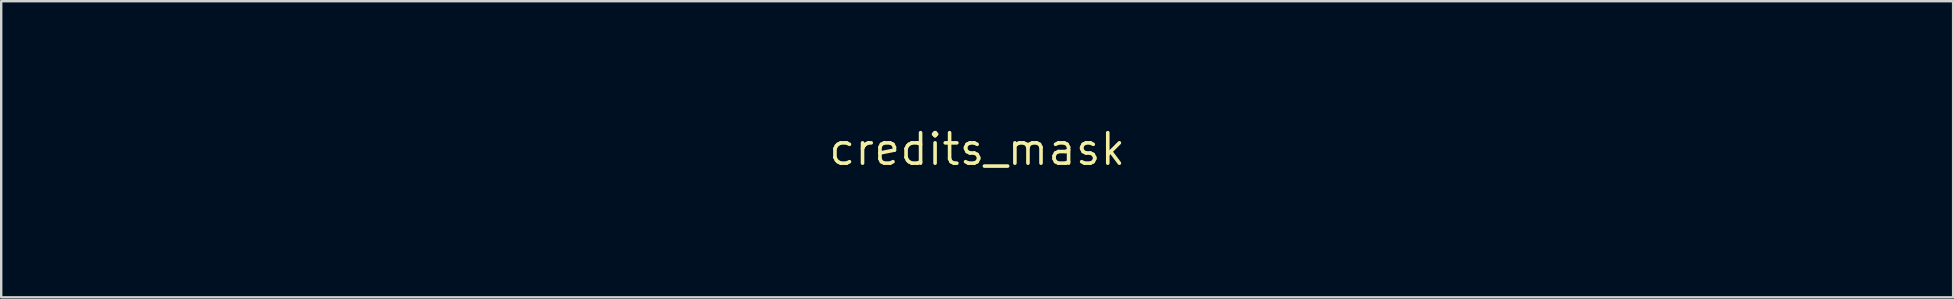
<source format=kicad_pcb>
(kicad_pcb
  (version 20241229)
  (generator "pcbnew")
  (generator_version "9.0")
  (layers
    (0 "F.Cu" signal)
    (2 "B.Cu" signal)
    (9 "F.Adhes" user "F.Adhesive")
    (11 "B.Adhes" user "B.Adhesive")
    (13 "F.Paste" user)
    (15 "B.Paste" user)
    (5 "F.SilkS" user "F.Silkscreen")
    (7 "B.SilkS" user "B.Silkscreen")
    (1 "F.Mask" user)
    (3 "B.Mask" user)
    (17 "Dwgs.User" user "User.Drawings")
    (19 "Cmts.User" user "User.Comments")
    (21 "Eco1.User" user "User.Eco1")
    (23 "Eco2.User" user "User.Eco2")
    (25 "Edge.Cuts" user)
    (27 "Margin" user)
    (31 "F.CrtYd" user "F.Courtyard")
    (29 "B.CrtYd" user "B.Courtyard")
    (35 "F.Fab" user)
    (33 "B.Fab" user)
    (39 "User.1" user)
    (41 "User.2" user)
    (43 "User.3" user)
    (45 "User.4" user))
  (footprint "credits_mask"
    (layer "F.Cu")
    (at 37.673 3.17)
    (property "Reference" "credits_mask" (at 0 0 0) (layer "F.SilkS") (effects (font (size 1.27 1.27) (thickness 0.15))))
    (attr through_hole)
    (fp_poly (pts (xy 1.355 1.651) (xy 1.101 1.651) (xy 1.101 0.677) (xy 1.355 0.677) (xy 1.355 1.651)) (stroke (width 0.01) (type solid)) (fill yes) (layer "F.Mask"))
    (fp_poly (pts (xy 20.405 1.651) (xy 20.151 1.651) (xy 20.151 0.677) (xy 20.405 0.677) (xy 20.405 1.651)) (stroke (width 0.01) (type solid)) (fill yes) (layer "F.Mask"))
    (fp_poly (pts (xy -12.626 0.685) (xy -12.509 0.699) (xy -12.498 1.175) (xy -12.486 1.651) (xy -12.742 1.651) (xy -12.742 0.672) (xy -12.626 0.685)) (stroke (width 0.01) (type solid)) (fill yes) (layer "F.Mask"))
    (fp_poly (pts (xy 19.886 -1.432) (xy 20.003 -1.418) (xy 20.003 -0.487) (xy 19.886 -0.473) (xy 19.77 -0.46) (xy 19.77 -1.445) (xy 19.886 -1.432)) (stroke (width 0.01) (type solid)) (fill yes) (layer "F.Mask"))
    (fp_poly (pts (xy 23.061 0.685) (xy 23.177 0.699) (xy 23.189 1.175) (xy 23.201 1.651) (xy 22.945 1.651) (xy 22.945 0.672) (xy 23.061 0.685)) (stroke (width 0.01) (type solid)) (fill yes) (layer "F.Mask"))
    (fp_poly (pts (xy 26.11 -0.963) (xy 26.099 -0.487) (xy 25.982 -0.473) (xy 25.866 -0.46) (xy 25.866 -1.439) (xy 26.122 -1.439) (xy 26.11 -0.963)) (stroke (width 0.01) (type solid)) (fill yes) (layer "F.Mask"))
    (fp_poly (pts (xy 10.297 -1.705) (xy 10.327 -1.675) (xy 10.343 -1.613) (xy 10.299 -1.568) (xy 10.221 -1.552) (xy 10.146 -1.573) (xy 10.096 -1.62) (xy 10.121 -1.676) (xy 10.207 -1.732) (xy 10.297 -1.705)) (stroke (width 0.01) (type solid)) (fill yes) (layer "F.Mask"))
    (fp_poly (pts (xy -21.921 -0.654) (xy -21.861 -0.609) (xy -21.853 -0.557) (xy -21.9 -0.502) (xy -21.988 -0.474) (xy -22.077 -0.479) (xy -22.12 -0.51) (xy -22.119 -0.575) (xy -22.087 -0.622) (xy -22.007 -0.662) (xy -21.921 -0.654)) (stroke (width 0.01) (type solid)) (fill yes) (layer "F.Mask"))
    (fp_poly (pts (xy -21.891 -1.12) (xy -21.857 -1.062) (xy -21.888 -0.993) (xy -21.948 -0.939) (xy -22.011 -0.947) (xy -22.075 -0.988) (xy -22.126 -1.056) (xy -22.102 -1.113) (xy -22.014 -1.142) (xy -21.992 -1.143) (xy -21.891 -1.12)) (stroke (width 0.01) (type solid)) (fill yes) (layer "F.Mask"))
    (fp_poly (pts (xy -19.026 1.495) (xy -18.958 1.532) (xy -18.944 1.566) (xy -18.979 1.616) (xy -19.059 1.642) (xy -19.146 1.64) (xy -19.199 1.607) (xy -19.201 1.538) (xy -19.187 1.517) (xy -19.115 1.487) (xy -19.026 1.495)) (stroke (width 0.01) (type solid)) (fill yes) (layer "F.Mask"))
    (fp_poly (pts (xy -18.991 1.002) (xy -18.936 1.052) (xy -18.932 1.094) (xy -18.979 1.156) (xy -19.065 1.177) (xy -19.15 1.149) (xy -19.171 1.129) (xy -19.196 1.067) (xy -19.158 1.018) (xy -19.076 0.987) (xy -18.991 1.002)) (stroke (width 0.01) (type solid)) (fill yes) (layer "F.Mask"))
    (fp_poly (pts (xy -15.438 -1.686) (xy -15.418 -1.646) (xy -15.441 -1.585) (xy -15.513 -1.55) (xy -15.599 -1.556) (xy -15.622 -1.567) (xy -15.655 -1.629) (xy -15.649 -1.671) (xy -15.593 -1.721) (xy -15.509 -1.725) (xy -15.438 -1.686)) (stroke (width 0.01) (type solid)) (fill yes) (layer "F.Mask"))
    (fp_poly (pts (xy -12.521 0.434) (xy -12.494 0.475) (xy -12.496 0.497) (xy -12.544 0.559) (xy -12.628 0.589) (xy -12.705 0.572) (xy -12.712 0.566) (xy -12.746 0.496) (xy -12.706 0.443) (xy -12.612 0.423) (xy -12.521 0.434)) (stroke (width 0.01) (type solid)) (fill yes) (layer "F.Mask"))
    (fp_poly (pts (xy -9.348 -0.654) (xy -9.288 -0.609) (xy -9.28 -0.557) (xy -9.327 -0.502) (xy -9.415 -0.474) (xy -9.504 -0.479) (xy -9.547 -0.51) (xy -9.546 -0.575) (xy -9.514 -0.622) (xy -9.434 -0.662) (xy -9.348 -0.654)) (stroke (width 0.01) (type solid)) (fill yes) (layer "F.Mask"))
    (fp_poly (pts (xy -6.453 1.495) (xy -6.385 1.532) (xy -6.371 1.566) (xy -6.406 1.616) (xy -6.486 1.642) (xy -6.573 1.64) (xy -6.626 1.607) (xy -6.628 1.538) (xy -6.614 1.517) (xy -6.542 1.487) (xy -6.453 1.495)) (stroke (width 0.01) (type solid)) (fill yes) (layer "F.Mask"))
    (fp_poly (pts (xy 1.322 0.434) (xy 1.349 0.475) (xy 1.347 0.497) (xy 1.299 0.559) (xy 1.215 0.589) (xy 1.138 0.572) (xy 1.131 0.566) (xy 1.097 0.496) (xy 1.137 0.443) (xy 1.231 0.423) (xy 1.322 0.434)) (stroke (width 0.01) (type solid)) (fill yes) (layer "F.Mask"))
    (fp_poly (pts (xy 15.762 -1.686) (xy 15.781 -1.646) (xy 15.759 -1.585) (xy 15.687 -1.55) (xy 15.6 -1.556) (xy 15.577 -1.567) (xy 15.545 -1.629) (xy 15.551 -1.671) (xy 15.607 -1.721) (xy 15.691 -1.725) (xy 15.762 -1.686)) (stroke (width 0.01) (type solid)) (fill yes) (layer "F.Mask"))
    (fp_poly (pts (xy 17.081 1.63) (xy 16.965 1.643) (xy 16.865 1.634) (xy 16.826 1.598) (xy 16.817 1.532) (xy 16.813 1.404) (xy 16.813 1.233) (xy 16.815 1.119) (xy 16.828 0.699) (xy 17.081 0.699) (xy 17.081 1.63)) (stroke (width 0.01) (type solid)) (fill yes) (layer "F.Mask"))
    (fp_poly (pts (xy 20.372 0.434) (xy 20.399 0.475) (xy 20.397 0.497) (xy 20.349 0.559) (xy 20.265 0.589) (xy 20.188 0.572) (xy 20.181 0.566) (xy 20.147 0.496) (xy 20.187 0.443) (xy 20.281 0.423) (xy 20.372 0.434)) (stroke (width 0.01) (type solid)) (fill yes) (layer "F.Mask"))
    (fp_poly (pts (xy 23.166 0.434) (xy 23.193 0.475) (xy 23.191 0.497) (xy 23.143 0.559) (xy 23.059 0.589) (xy 22.982 0.572) (xy 22.975 0.566) (xy 22.941 0.496) (xy 22.981 0.443) (xy 23.075 0.423) (xy 23.166 0.434)) (stroke (width 0.01) (type solid)) (fill yes) (layer "F.Mask"))
    (fp_poly (pts (xy 17.041 0.438) (xy 17.084 0.47) (xy 17.083 0.526) (xy 17.027 0.571) (xy 16.95 0.59) (xy 16.881 0.568) (xy 16.877 0.564) (xy 16.85 0.5) (xy 16.849 0.48) (xy 16.883 0.439) (xy 16.96 0.424) (xy 17.041 0.438)) (stroke (width 0.01) (type solid)) (fill yes) (layer "F.Mask"))
    (fp_poly (pts (xy 19.965 -1.704) (xy 20.019 -1.665) (xy 20.024 -1.65) (xy 19.988 -1.598) (xy 19.91 -1.559) (xy 19.831 -1.552) (xy 19.823 -1.554) (xy 19.775 -1.607) (xy 19.781 -1.68) (xy 19.812 -1.715) (xy 19.882 -1.725) (xy 19.965 -1.704)) (stroke (width 0.01) (type solid)) (fill yes) (layer "F.Mask"))
    (fp_poly (pts (xy 23.279 -1.708) (xy 23.317 -1.645) (xy 23.298 -1.579) (xy 23.279 -1.563) (xy 23.216 -1.53) (xy 23.199 -1.525) (xy 23.149 -1.545) (xy 23.118 -1.563) (xy 23.079 -1.623) (xy 23.102 -1.691) (xy 23.17 -1.733) (xy 23.199 -1.736) (xy 23.279 -1.708)) (stroke (width 0.01) (type solid)) (fill yes) (layer "F.Mask"))
    (fp_poly (pts (xy 26.073 -1.708) (xy 26.111 -1.645) (xy 26.092 -1.579) (xy 26.073 -1.563) (xy 26.01 -1.53) (xy 25.993 -1.525) (xy 25.943 -1.545) (xy 25.912 -1.563) (xy 25.873 -1.623) (xy 25.896 -1.691) (xy 25.964 -1.733) (xy 25.993 -1.736) (xy 26.073 -1.708)) (stroke (width 0.01) (type solid)) (fill yes) (layer "F.Mask"))
    (fp_poly (pts (xy -15.419 -0.963) (xy -15.425 -0.756) (xy -15.433 -0.619) (xy -15.447 -0.536) (xy -15.468 -0.494) (xy -15.501 -0.477) (xy -15.517 -0.474) (xy -15.601 -0.477) (xy -15.633 -0.492) (xy -15.646 -0.544) (xy -15.655 -0.662) (xy -15.662 -0.828) (xy -15.663 -0.981) (xy -15.663 -1.439) (xy -15.407 -1.439) (xy -15.419 -0.963)) (stroke (width 0.01) (type solid)) (fill yes) (layer "F.Mask"))
    (fp_poly (pts (xy 10.363 -1.037) (xy 10.368 -0.804) (xy 10.361 -0.643) (xy 10.341 -0.542) (xy 10.305 -0.487) (xy 10.248 -0.467) (xy 10.221 -0.466) (xy 10.133 -0.485) (xy 10.094 -0.522) (xy 10.086 -0.586) (xy 10.082 -0.714) (xy 10.082 -0.883) (xy 10.084 -0.998) (xy 10.097 -1.418) (xy 10.351 -1.418) (xy 10.363 -1.037)) (stroke (width 0.01) (type solid)) (fill yes) (layer "F.Mask"))
    (fp_poly (pts (xy 15.781 -0.963) (xy 15.775 -0.756) (xy 15.766 -0.619) (xy 15.753 -0.536) (xy 15.731 -0.494) (xy 15.699 -0.477) (xy 15.683 -0.474) (xy 15.599 -0.477) (xy 15.566 -0.492) (xy 15.554 -0.544) (xy 15.544 -0.662) (xy 15.538 -0.828) (xy 15.536 -0.981) (xy 15.536 -1.439) (xy 15.793 -1.439) (xy 15.781 -0.963)) (stroke (width 0.01) (type solid)) (fill yes) (layer "F.Mask"))
    (fp_poly (pts (xy 23.316 -0.963) (xy 23.31 -0.756) (xy 23.302 -0.619) (xy 23.288 -0.536) (xy 23.267 -0.494) (xy 23.234 -0.477) (xy 23.218 -0.474) (xy 23.134 -0.477) (xy 23.102 -0.492) (xy 23.089 -0.544) (xy 23.08 -0.662) (xy 23.073 -0.828) (xy 23.072 -0.981) (xy 23.072 -1.439) (xy 23.328 -1.439) (xy 23.316 -0.963)) (stroke (width 0.01) (type solid)) (fill yes) (layer "F.Mask"))
    (fp_poly (pts (xy 22.521 1.518) (xy 22.634 1.532) (xy 22.724 1.559) (xy 22.765 1.598) (xy 22.74 1.63) (xy 22.659 1.648) (xy 22.548 1.652) (xy 22.435 1.642) (xy 22.346 1.618) (xy 22.318 1.6) (xy 22.297 1.545) (xy 22.282 1.424) (xy 22.272 1.232) (xy 22.268 0.964) (xy 22.267 0.817) (xy 22.267 0.085) (xy 22.521 0.085) (xy 22.521 1.518)) (stroke (width 0.01) (type solid)) (fill yes) (layer "F.Mask"))
    (fp_poly (pts (xy 25.442 -0.593) (xy 25.569 -0.593) (xy 25.67 -0.574) (xy 25.696 -0.529) (xy 25.66 -0.49) (xy 25.568 -0.469) (xy 25.45 -0.467) (xy 25.333 -0.484) (xy 25.262 -0.511) (xy 25.235 -0.535) (xy 25.216 -0.577) (xy 25.203 -0.651) (xy 25.194 -0.768) (xy 25.19 -0.941) (xy 25.188 -1.181) (xy 25.188 -1.293) (xy 25.188 -2.032) (xy 25.442 -2.032) (xy 25.442 -0.593)) (stroke (width 0.01) (type solid)) (fill yes) (layer "F.Mask"))
    (fp_poly (pts (xy 15.025 -1.436) (xy 15.195 -1.427) (xy 15.298 -1.412) (xy 15.325 -1.397) (xy 15.287 -1.372) (xy 15.191 -1.357) (xy 15.136 -1.355) (xy 14.947 -1.355) (xy 14.922 -0.487) (xy 14.806 -0.473) (xy 14.69 -0.46) (xy 14.69 -1.355) (xy 14.478 -1.355) (xy 14.357 -1.362) (xy 14.281 -1.382) (xy 14.266 -1.397) (xy 14.307 -1.415) (xy 14.423 -1.429) (xy 14.606 -1.437) (xy 14.796 -1.439) (xy 15.025 -1.436)) (stroke (width 0.01) (type solid)) (fill yes) (layer "F.Mask"))
    (fp_poly (pts (xy -23.5 0.686) (xy -23.413 0.696) (xy -23.379 0.714) (xy -23.378 0.729) (xy -23.428 0.766) (xy -23.53 0.792) (xy -23.571 0.796) (xy -23.746 0.809) (xy -23.758 1.219) (xy -23.77 1.63) (xy -23.887 1.643) (xy -24.003 1.657) (xy -24.003 0.809) (xy -24.204 0.796) (xy -24.319 0.781) (xy -24.386 0.756) (xy -24.395 0.741) (xy -24.35 0.723) (xy -24.235 0.706) (xy -24.063 0.694) (xy -23.872 0.687) (xy -23.649 0.683) (xy -23.5 0.686)) (stroke (width 0.01) (type solid)) (fill yes) (layer "F.Mask"))
    (fp_poly (pts (xy 12.16 0.241) (xy 12.171 0.287) (xy 12.18 0.404) (xy 12.187 0.576) (xy 12.191 0.789) (xy 12.192 0.955) (xy 12.192 1.651) (xy 11.938 1.651) (xy 11.938 1.019) (xy 11.937 0.775) (xy 11.935 0.604) (xy 11.928 0.491) (xy 11.915 0.424) (xy 11.895 0.39) (xy 11.866 0.376) (xy 11.852 0.373) (xy 11.77 0.346) (xy 11.765 0.31) (xy 11.828 0.273) (xy 11.938 0.249) (xy 12.059 0.237) (xy 12.143 0.237) (xy 12.16 0.241)) (stroke (width 0.01) (type solid)) (fill yes) (layer "F.Mask"))
    (fp_poly (pts (xy -28.49 -1.016) (xy -27.86 -1.016) (xy -27.847 -1.217) (xy -27.836 -1.338) (xy -27.812 -1.397) (xy -27.759 -1.417) (xy -27.707 -1.418) (xy -27.58 -1.418) (xy -27.58 -0.487) (xy -27.707 -0.487) (xy -27.781 -0.492) (xy -27.821 -0.52) (xy -27.839 -0.594) (xy -27.847 -0.709) (xy -27.86 -0.931) (xy -28.486 -0.931) (xy -28.499 -0.709) (xy -28.51 -0.579) (xy -28.532 -0.511) (xy -28.577 -0.482) (xy -28.628 -0.473) (xy -28.744 -0.46) (xy -28.744 -2.032) (xy -28.49 -2.032) (xy -28.49 -1.016)) (stroke (width 0.01) (type solid)) (fill yes) (layer "F.Mask"))
    (fp_poly (pts (xy -25.707 0.092) (xy -25.59 0.106) (xy -25.579 0.603) (xy -25.567 1.101) (xy -24.939 1.101) (xy -24.926 0.9) (xy -24.915 0.778) (xy -24.891 0.719) (xy -24.838 0.7) (xy -24.786 0.699) (xy -24.659 0.699) (xy -24.659 1.63) (xy -24.786 1.63) (xy -24.863 1.624) (xy -24.903 1.592) (xy -24.92 1.511) (xy -24.926 1.429) (xy -24.939 1.228) (xy -25.569 1.228) (xy -25.569 1.439) (xy -25.572 1.565) (xy -25.589 1.627) (xy -25.634 1.649) (xy -25.696 1.651) (xy -25.823 1.651) (xy -25.823 0.079) (xy -25.707 0.092)) (stroke (width 0.01) (type solid)) (fill yes) (layer "F.Mask"))
    (fp_poly (pts (xy -16.881 0.348) (xy -16.852 0.368) (xy -16.883 0.405) (xy -16.967 0.491) (xy -17.097 0.617) (xy -17.263 0.774) (xy -17.456 0.954) (xy -17.569 1.058) (xy -17.841 1.305) (xy -18.058 1.493) (xy -18.224 1.626) (xy -18.342 1.706) (xy -18.417 1.735) (xy -18.451 1.716) (xy -18.454 1.686) (xy -18.423 1.642) (xy -18.338 1.55) (xy -18.209 1.42) (xy -18.044 1.259) (xy -17.852 1.078) (xy -17.762 0.995) (xy -17.491 0.748) (xy -17.276 0.562) (xy -17.116 0.434) (xy -17.007 0.363) (xy -16.962 0.346) (xy -16.881 0.348)) (stroke (width 0.01) (type solid)) (fill yes) (layer "F.Mask"))
    (fp_poly (pts (xy -10.753 1.101) (xy -10.075 1.101) (xy -10.075 0.889) (xy -10.073 0.764) (xy -10.055 0.701) (xy -10.011 0.68) (xy -9.948 0.677) (xy -9.821 0.677) (xy -9.821 1.651) (xy -9.948 1.651) (xy -10.024 1.646) (xy -10.061 1.618) (xy -10.074 1.544) (xy -10.075 1.439) (xy -10.075 1.228) (xy -10.753 1.228) (xy -10.753 1.439) (xy -10.755 1.565) (xy -10.772 1.627) (xy -10.817 1.649) (xy -10.881 1.651) (xy -11.009 1.651) (xy -10.997 0.878) (xy -10.986 0.106) (xy -10.869 0.092) (xy -10.753 0.079) (xy -10.753 1.101)) (stroke (width 0.01) (type solid)) (fill yes) (layer "F.Mask"))
    (fp_poly (pts (xy 14.742 0.348) (xy 14.771 0.368) (xy 14.74 0.405) (xy 14.656 0.491) (xy 14.526 0.617) (xy 14.36 0.774) (xy 14.167 0.954) (xy 14.054 1.058) (xy 13.782 1.305) (xy 13.565 1.493) (xy 13.399 1.626) (xy 13.281 1.706) (xy 13.206 1.735) (xy 13.172 1.716) (xy 13.169 1.686) (xy 13.2 1.642) (xy 13.285 1.55) (xy 13.414 1.42) (xy 13.579 1.259) (xy 13.771 1.078) (xy 13.861 0.995) (xy 14.132 0.748) (xy 14.347 0.562) (xy 14.507 0.434) (xy 14.616 0.363) (xy 14.661 0.346) (xy 14.742 0.348)) (stroke (width 0.01) (type solid)) (fill yes) (layer "F.Mask"))
    (fp_poly (pts (xy -17.741 -1.789) (xy -17.745 -1.766) (xy -17.779 -1.722) (xy -17.866 -1.63) (xy -17.997 -1.499) (xy -18.164 -1.338) (xy -18.356 -1.155) (xy -18.451 -1.067) (xy -18.707 -0.832) (xy -18.909 -0.654) (xy -19.061 -0.529) (xy -19.169 -0.454) (xy -19.236 -0.424) (xy -19.245 -0.423) (xy -19.322 -0.43) (xy -19.346 -0.442) (xy -19.317 -0.475) (xy -19.234 -0.557) (xy -19.106 -0.68) (xy -18.942 -0.837) (xy -18.75 -1.018) (xy -18.619 -1.14) (xy -18.339 -1.397) (xy -18.115 -1.593) (xy -17.945 -1.729) (xy -17.827 -1.807) (xy -17.759 -1.826) (xy -17.741 -1.789)) (stroke (width 0.01) (type solid)) (fill yes) (layer "F.Mask"))
    (fp_poly (pts (xy 17.693 -1.803) (xy 17.695 -1.782) (xy 17.665 -1.735) (xy 17.58 -1.643) (xy 17.452 -1.517) (xy 17.293 -1.365) (xy 17.112 -1.199) (xy 16.921 -1.028) (xy 16.731 -0.861) (xy 16.553 -0.709) (xy 16.398 -0.58) (xy 16.277 -0.486) (xy 16.2 -0.436) (xy 16.185 -0.431) (xy 16.111 -0.434) (xy 16.093 -0.459) (xy 16.127 -0.499) (xy 16.214 -0.588) (xy 16.346 -0.716) (xy 16.513 -0.876) (xy 16.707 -1.058) (xy 16.817 -1.161) (xy 17.088 -1.408) (xy 17.304 -1.596) (xy 17.469 -1.727) (xy 17.587 -1.804) (xy 17.66 -1.828) (xy 17.693 -1.803)) (stroke (width 0.01) (type solid)) (fill yes) (layer "F.Mask"))
    (fp_poly (pts (xy -14.841 0.349) (xy -14.817 0.37) (xy -14.847 0.411) (xy -14.93 0.499) (xy -15.056 0.622) (xy -15.213 0.771) (xy -15.391 0.937) (xy -15.58 1.109) (xy -15.767 1.278) (xy -15.944 1.434) (xy -16.098 1.567) (xy -16.219 1.668) (xy -16.296 1.725) (xy -16.317 1.736) (xy -16.387 1.713) (xy -16.401 1.699) (xy -16.38 1.658) (xy -16.304 1.572) (xy -16.186 1.451) (xy -16.034 1.303) (xy -15.86 1.14) (xy -15.675 0.97) (xy -15.488 0.803) (xy -15.311 0.648) (xy -15.154 0.516) (xy -15.028 0.416) (xy -14.943 0.358) (xy -14.917 0.346) (xy -14.841 0.349)) (stroke (width 0.01) (type solid)) (fill yes) (layer "F.Mask"))
    (fp_poly (pts (xy -19.786 -1.805) (xy -19.77 -1.783) (xy -19.8 -1.737) (xy -19.885 -1.646) (xy -20.012 -1.521) (xy -20.171 -1.37) (xy -20.351 -1.204) (xy -20.541 -1.033) (xy -20.731 -0.866) (xy -20.908 -0.713) (xy -21.063 -0.584) (xy -21.184 -0.489) (xy -21.261 -0.437) (xy -21.277 -0.431) (xy -21.354 -0.436) (xy -21.378 -0.46) (xy -21.349 -0.509) (xy -21.273 -0.59) (xy -21.215 -0.642) (xy -21.13 -0.718) (xy -20.998 -0.839) (xy -20.831 -0.992) (xy -20.645 -1.165) (xy -20.498 -1.302) (xy -20.288 -1.493) (xy -20.111 -1.646) (xy -19.972 -1.755) (xy -19.882 -1.812) (xy -19.856 -1.82) (xy -19.786 -1.805)) (stroke (width 0.01) (type solid)) (fill yes) (layer "F.Mask"))
    (fp_poly (pts (xy -2.329 -1.807) (xy -2.313 -1.787) (xy -2.336 -1.75) (xy -2.414 -1.664) (xy -2.538 -1.538) (xy -2.698 -1.381) (xy -2.888 -1.2) (xy -3.007 -1.088) (xy -3.247 -0.867) (xy -3.435 -0.698) (xy -3.578 -0.576) (xy -3.685 -0.494) (xy -3.763 -0.447) (xy -3.82 -0.427) (xy -3.84 -0.425) (xy -3.886 -0.43) (xy -3.901 -0.449) (xy -3.877 -0.491) (xy -3.808 -0.565) (xy -3.688 -0.683) (xy -3.598 -0.768) (xy -3.292 -1.056) (xy -3.041 -1.291) (xy -2.838 -1.476) (xy -2.679 -1.617) (xy -2.558 -1.717) (xy -2.468 -1.781) (xy -2.404 -1.814) (xy -2.359 -1.822) (xy -2.329 -1.807)) (stroke (width 0.01) (type solid)) (fill yes) (layer "F.Mask"))
    (fp_poly (pts (xy 0.585 0.345) (xy 0.601 0.363) (xy 0.577 0.405) (xy 0.508 0.48) (xy 0.387 0.598) (xy 0.318 0.663) (xy 0.004 0.959) (xy -0.254 1.199) (xy -0.463 1.388) (xy -0.628 1.531) (xy -0.755 1.633) (xy -0.849 1.696) (xy -0.916 1.726) (xy -0.96 1.728) (xy -0.988 1.704) (xy -0.989 1.703) (xy -0.965 1.667) (xy -0.887 1.581) (xy -0.763 1.455) (xy -0.603 1.297) (xy -0.414 1.116) (xy -0.295 1.005) (xy -0.056 0.783) (xy 0.131 0.614) (xy 0.274 0.492) (xy 0.38 0.41) (xy 0.458 0.363) (xy 0.515 0.342) (xy 0.537 0.341) (xy 0.585 0.345)) (stroke (width 0.01) (type solid)) (fill yes) (layer "F.Mask"))
    (fp_poly (pts (xy -26.589 -1.436) (xy -26.418 -1.427) (xy -26.316 -1.412) (xy -26.289 -1.397) (xy -26.327 -1.372) (xy -26.422 -1.357) (xy -26.478 -1.355) (xy -26.667 -1.355) (xy -26.679 -0.921) (xy -26.686 -0.725) (xy -26.695 -0.597) (xy -26.711 -0.524) (xy -26.736 -0.488) (xy -26.774 -0.475) (xy -26.778 -0.474) (xy -26.862 -0.477) (xy -26.894 -0.492) (xy -26.907 -0.545) (xy -26.917 -0.662) (xy -26.923 -0.825) (xy -26.924 -0.938) (xy -26.924 -1.355) (xy -27.136 -1.355) (xy -27.256 -1.362) (xy -27.333 -1.382) (xy -27.347 -1.397) (xy -27.307 -1.415) (xy -27.19 -1.429) (xy -27.008 -1.437) (xy -26.818 -1.439) (xy -26.589 -1.436)) (stroke (width 0.01) (type solid)) (fill yes) (layer "F.Mask"))
    (fp_poly (pts (xy -25.449 -1.436) (xy -25.287 -1.428) (xy -25.181 -1.415) (xy -25.146 -1.399) (xy -25.184 -1.372) (xy -25.279 -1.351) (xy -25.326 -1.347) (xy -25.506 -1.333) (xy -25.518 -0.9) (xy -25.524 -0.705) (xy -25.532 -0.579) (xy -25.546 -0.508) (xy -25.571 -0.475) (xy -25.609 -0.466) (xy -25.633 -0.466) (xy -25.679 -0.469) (xy -25.709 -0.488) (xy -25.728 -0.54) (xy -25.738 -0.638) (xy -25.745 -0.798) (xy -25.748 -0.9) (xy -25.76 -1.333) (xy -25.961 -1.346) (xy -26.078 -1.361) (xy -26.151 -1.385) (xy -26.162 -1.399) (xy -26.122 -1.416) (xy -26.012 -1.428) (xy -25.845 -1.437) (xy -25.654 -1.439) (xy -25.449 -1.436)) (stroke (width 0.01) (type solid)) (fill yes) (layer "F.Mask"))
    (fp_poly (pts (xy 3.196 0.106) (xy 3.208 0.626) (xy 3.22 1.146) (xy 3.496 0.912) (xy 3.671 0.773) (xy 3.797 0.695) (xy 3.872 0.678) (xy 3.895 0.716) (xy 3.864 0.76) (xy 3.785 0.841) (xy 3.677 0.937) (xy 3.458 1.119) (xy 3.719 1.355) (xy 3.839 1.467) (xy 3.929 1.558) (xy 3.976 1.613) (xy 3.979 1.621) (xy 3.943 1.642) (xy 3.856 1.651) (xy 3.75 1.625) (xy 3.615 1.544) (xy 3.485 1.44) (xy 3.239 1.229) (xy 3.217 1.429) (xy 3.199 1.552) (xy 3.169 1.614) (xy 3.111 1.639) (xy 3.08 1.643) (xy 2.963 1.657) (xy 2.963 0.079) (xy 3.196 0.106)) (stroke (width 0.01) (type solid)) (fill yes) (layer "F.Mask"))
    (fp_poly (pts (xy 11.357 -1.436) (xy 11.522 -1.426) (xy 11.619 -1.411) (xy 11.642 -1.397) (xy 11.604 -1.372) (xy 11.508 -1.357) (xy 11.453 -1.355) (xy 11.264 -1.355) (xy 11.252 -0.921) (xy 11.245 -0.725) (xy 11.235 -0.597) (xy 11.22 -0.524) (xy 11.195 -0.488) (xy 11.157 -0.475) (xy 11.153 -0.474) (xy 11.069 -0.477) (xy 11.037 -0.492) (xy 11.024 -0.545) (xy 11.014 -0.662) (xy 11.008 -0.825) (xy 11.007 -0.938) (xy 11.007 -1.355) (xy 10.816 -1.355) (xy 10.703 -1.363) (xy 10.634 -1.384) (xy 10.626 -1.397) (xy 10.666 -1.416) (xy 10.782 -1.429) (xy 10.963 -1.437) (xy 11.134 -1.439) (xy 11.357 -1.436)) (stroke (width 0.01) (type solid)) (fill yes) (layer "F.Mask"))
    (fp_poly (pts (xy 13.839 -1.436) (xy 14.01 -1.427) (xy 14.112 -1.412) (xy 14.139 -1.397) (xy 14.102 -1.372) (xy 14.006 -1.357) (xy 13.95 -1.355) (xy 13.761 -1.355) (xy 13.749 -0.921) (xy 13.742 -0.725) (xy 13.733 -0.597) (xy 13.718 -0.524) (xy 13.693 -0.488) (xy 13.655 -0.475) (xy 13.651 -0.474) (xy 13.567 -0.477) (xy 13.534 -0.492) (xy 13.522 -0.545) (xy 13.511 -0.662) (xy 13.505 -0.825) (xy 13.504 -0.938) (xy 13.504 -1.355) (xy 13.293 -1.355) (xy 13.172 -1.362) (xy 13.095 -1.382) (xy 13.081 -1.397) (xy 13.122 -1.415) (xy 13.238 -1.429) (xy 13.42 -1.437) (xy 13.61 -1.439) (xy 13.839 -1.436)) (stroke (width 0.01) (type solid)) (fill yes) (layer "F.Mask"))
    (fp_poly (pts (xy -22.737 0.687) (xy -22.526 0.695) (xy -22.36 0.708) (xy -22.251 0.724) (xy -22.214 0.741) (xy -22.246 0.768) (xy -22.338 0.789) (xy -22.405 0.796) (xy -22.606 0.809) (xy -22.606 1.23) (xy -22.607 1.421) (xy -22.611 1.544) (xy -22.624 1.612) (xy -22.648 1.643) (xy -22.687 1.651) (xy -22.712 1.651) (xy -22.76 1.648) (xy -22.791 1.63) (xy -22.808 1.581) (xy -22.816 1.485) (xy -22.818 1.328) (xy -22.818 1.23) (xy -22.818 0.809) (xy -23.015 0.796) (xy -23.141 0.777) (xy -23.219 0.744) (xy -23.231 0.729) (xy -23.221 0.706) (xy -23.166 0.691) (xy -23.054 0.684) (xy -22.875 0.684) (xy -22.737 0.687)) (stroke (width 0.01) (type solid)) (fill yes) (layer "F.Mask"))
    (fp_poly (pts (xy -14.509 -1.437) (xy -14.343 -1.432) (xy -14.211 -1.422) (xy -14.132 -1.407) (xy -14.12 -1.399) (xy -14.142 -1.374) (xy -14.229 -1.353) (xy -14.297 -1.346) (xy -14.499 -1.333) (xy -14.511 -0.9) (xy -14.517 -0.705) (xy -14.526 -0.579) (xy -14.54 -0.508) (xy -14.564 -0.475) (xy -14.602 -0.466) (xy -14.626 -0.466) (xy -14.672 -0.469) (xy -14.703 -0.488) (xy -14.721 -0.54) (xy -14.732 -0.638) (xy -14.738 -0.798) (xy -14.741 -0.9) (xy -14.753 -1.333) (xy -14.954 -1.346) (xy -15.072 -1.361) (xy -15.144 -1.385) (xy -15.155 -1.399) (xy -15.116 -1.416) (xy -15.013 -1.428) (xy -14.864 -1.435) (xy -14.689 -1.439) (xy -14.509 -1.437)) (stroke (width 0.01) (type solid)) (fill yes) (layer "F.Mask"))
    (fp_poly (pts (xy -11.73 0.687) (xy -11.52 0.695) (xy -11.353 0.708) (xy -11.244 0.724) (xy -11.208 0.741) (xy -11.239 0.768) (xy -11.331 0.789) (xy -11.398 0.796) (xy -11.599 0.809) (xy -11.599 1.23) (xy -11.6 1.421) (xy -11.605 1.544) (xy -11.617 1.612) (xy -11.641 1.643) (xy -11.681 1.651) (xy -11.705 1.651) (xy -11.753 1.648) (xy -11.784 1.63) (xy -11.801 1.581) (xy -11.809 1.485) (xy -11.811 1.328) (xy -11.811 1.23) (xy -11.811 0.809) (xy -12.009 0.796) (xy -12.135 0.777) (xy -12.212 0.744) (xy -12.224 0.729) (xy -12.214 0.706) (xy -12.159 0.691) (xy -12.047 0.684) (xy -11.868 0.684) (xy -11.73 0.687)) (stroke (width 0.01) (type solid)) (fill yes) (layer "F.Mask"))
    (fp_poly (pts (xy -13.664 -1.535) (xy -13.652 -1.037) (xy -13.324 -1.025) (xy -12.996 -1.012) (xy -12.996 -1.226) (xy -12.994 -1.352) (xy -12.977 -1.415) (xy -12.933 -1.437) (xy -12.868 -1.439) (xy -12.74 -1.439) (xy -12.752 -0.963) (xy -12.764 -0.487) (xy -12.869 -0.487) (xy -12.932 -0.494) (xy -12.965 -0.53) (xy -12.981 -0.616) (xy -12.988 -0.709) (xy -13.001 -0.931) (xy -13.669 -0.931) (xy -13.682 -0.709) (xy -13.695 -0.576) (xy -13.72 -0.505) (xy -13.766 -0.477) (xy -13.781 -0.474) (xy -13.865 -0.477) (xy -13.898 -0.492) (xy -13.907 -0.542) (xy -13.916 -0.663) (xy -13.922 -0.84) (xy -13.926 -1.059) (xy -13.928 -1.277) (xy -13.928 -2.032) (xy -13.676 -2.032) (xy -13.664 -1.535)) (stroke (width 0.01) (type solid)) (fill yes) (layer "F.Mask"))
    (fp_poly (pts (xy -7.959 0.665) (xy -7.685 0.691) (xy -7.464 0.729) (xy -7.267 0.795) (xy -7.114 0.88) (xy -7.029 0.971) (xy -6.988 1.127) (xy -7.007 1.294) (xy -7.054 1.392) (xy -7.19 1.518) (xy -7.394 1.602) (xy -7.668 1.644) (xy -7.842 1.65) (xy -8.213 1.651) (xy -8.213 0.804) (xy -7.959 0.804) (xy -7.959 1.524) (xy -7.766 1.524) (xy -7.615 1.509) (xy -7.477 1.472) (xy -7.447 1.458) (xy -7.331 1.363) (xy -7.263 1.235) (xy -7.259 1.105) (xy -7.261 1.097) (xy -7.309 1.02) (xy -7.394 0.929) (xy -7.414 0.912) (xy -7.528 0.838) (xy -7.661 0.808) (xy -7.75 0.804) (xy -7.959 0.804) (xy -8.213 0.804) (xy -8.213 0.085) (xy -7.959 0.085) (xy -7.959 0.665)) (stroke (width 0.01) (type solid)) (fill yes) (layer "F.Mask"))
    (fp_poly (pts (xy 16.372 0.092) (xy 16.489 0.106) (xy 16.489 1.63) (xy 16.129 1.637) (xy 15.945 1.636) (xy 15.778 1.627) (xy 15.657 1.611) (xy 15.638 1.606) (xy 15.462 1.52) (xy 15.331 1.388) (xy 15.258 1.23) (xy 15.255 1.11) (xy 15.523 1.11) (xy 15.527 1.228) (xy 15.617 1.378) (xy 15.765 1.474) (xy 15.976 1.518) (xy 16.055 1.521) (xy 16.256 1.524) (xy 16.256 0.804) (xy 16.055 0.804) (xy 15.869 0.83) (xy 15.708 0.897) (xy 15.588 0.995) (xy 15.523 1.11) (xy 15.255 1.11) (xy 15.254 1.063) (xy 15.266 1.021) (xy 15.342 0.916) (xy 15.484 0.821) (xy 15.676 0.746) (xy 15.898 0.697) (xy 15.982 0.688) (xy 16.256 0.666) (xy 16.256 0.079) (xy 16.372 0.092)) (stroke (width 0.01) (type solid)) (fill yes) (layer "F.Mask"))
    (fp_poly (pts (xy 4.393 0.701) (xy 4.469 0.773) (xy 4.57 0.905) (xy 4.649 1.02) (xy 4.873 1.362) (xy 5.03 1.136) (xy 5.126 0.996) (xy 5.213 0.867) (xy 5.261 0.794) (xy 5.327 0.72) (xy 5.398 0.678) (xy 5.45 0.679) (xy 5.461 0.708) (xy 5.439 0.751) (xy 5.377 0.853) (xy 5.282 1.002) (xy 5.163 1.186) (xy 5.032 1.385) (xy 4.858 1.641) (xy 4.723 1.829) (xy 4.623 1.953) (xy 4.554 2.019) (xy 4.521 2.032) (xy 4.465 2.013) (xy 4.471 1.979) (xy 4.512 1.914) (xy 4.581 1.81) (xy 4.618 1.755) (xy 4.734 1.583) (xy 4.465 1.164) (xy 4.362 0.998) (xy 4.28 0.856) (xy 4.23 0.756) (xy 4.217 0.711) (xy 4.272 0.684) (xy 4.331 0.678) (xy 4.393 0.701)) (stroke (width 0.01) (type solid)) (fill yes) (layer "F.Mask"))
    (fp_poly (pts (xy 4.905 -1.432) (xy 4.911 -1.399) (xy 4.888 -1.344) (xy 4.824 -1.236) (xy 4.73 -1.089) (xy 4.615 -0.916) (xy 4.488 -0.73) (xy 4.358 -0.546) (xy 4.235 -0.375) (xy 4.129 -0.233) (xy 4.047 -0.132) (xy 4.001 -0.086) (xy 3.996 -0.085) (xy 3.943 -0.104) (xy 3.937 -0.119) (xy 3.958 -0.171) (xy 4.012 -0.269) (xy 4.066 -0.356) (xy 4.194 -0.558) (xy 3.939 -0.957) (xy 3.836 -1.121) (xy 3.753 -1.26) (xy 3.699 -1.358) (xy 3.683 -1.397) (xy 3.719 -1.429) (xy 3.788 -1.439) (xy 3.849 -1.425) (xy 3.915 -1.375) (xy 3.998 -1.276) (xy 4.11 -1.116) (xy 4.119 -1.102) (xy 4.345 -0.764) (xy 4.57 -1.102) (xy 4.693 -1.273) (xy 4.793 -1.388) (xy 4.866 -1.443) (xy 4.905 -1.432)) (stroke (width 0.01) (type solid)) (fill yes) (layer "F.Mask"))
    (fp_poly (pts (xy 19.421 -1.259) (xy 19.41 -0.487) (xy 19.092 -0.48) (xy 18.917 -0.48) (xy 18.759 -0.489) (xy 18.651 -0.504) (xy 18.648 -0.504) (xy 18.441 -0.581) (xy 18.287 -0.702) (xy 18.249 -0.746) (xy 18.171 -0.897) (xy 18.171 -0.978) (xy 18.463 -0.978) (xy 18.487 -0.851) (xy 18.568 -0.736) (xy 18.706 -0.647) (xy 18.901 -0.598) (xy 18.999 -0.593) (xy 19.18 -0.593) (xy 19.168 -0.963) (xy 19.156 -1.333) (xy 18.957 -1.327) (xy 18.743 -1.292) (xy 18.59 -1.213) (xy 18.497 -1.104) (xy 18.463 -0.978) (xy 18.171 -0.978) (xy 18.171 -1.043) (xy 18.239 -1.177) (xy 18.369 -1.291) (xy 18.552 -1.377) (xy 18.78 -1.428) (xy 18.96 -1.439) (xy 19.177 -1.439) (xy 19.177 -2.032) (xy 19.433 -2.032) (xy 19.421 -1.259)) (stroke (width 0.01) (type solid)) (fill yes) (layer "F.Mask"))
    (fp_poly (pts (xy -12.192 -1.101) (xy -12.181 -0.879) (xy -12.142 -0.728) (xy -12.071 -0.638) (xy -11.959 -0.597) (xy -11.883 -0.593) (xy -11.751 -0.604) (xy -11.662 -0.648) (xy -11.607 -0.738) (xy -11.576 -0.887) (xy -11.563 -1.076) (xy -11.552 -1.262) (xy -11.535 -1.376) (xy -11.511 -1.43) (xy -11.489 -1.439) (xy -11.459 -1.42) (xy -11.441 -1.354) (xy -11.432 -1.226) (xy -11.43 -1.082) (xy -11.433 -0.899) (xy -11.445 -0.778) (xy -11.47 -0.695) (xy -11.514 -0.627) (xy -11.528 -0.611) (xy -11.659 -0.518) (xy -11.837 -0.476) (xy -12.036 -0.486) (xy -12.217 -0.544) (xy -12.329 -0.609) (xy -12.405 -0.675) (xy -12.418 -0.697) (xy -12.432 -0.772) (xy -12.441 -0.906) (xy -12.446 -1.071) (xy -12.446 -1.104) (xy -12.446 -1.439) (xy -12.192 -1.439) (xy -12.192 -1.101)) (stroke (width 0.01) (type solid)) (fill yes) (layer "F.Mask"))
    (fp_poly (pts (xy -0.925 -1.441) (xy -0.782 -1.383) (xy -0.719 -1.332) (xy -0.683 -1.265) (xy -0.712 -1.238) (xy -0.794 -1.255) (xy -0.873 -1.291) (xy -1.073 -1.361) (xy -1.259 -1.351) (xy -1.422 -1.264) (xy -1.443 -1.245) (xy -1.543 -1.106) (xy -1.571 -0.964) (xy -1.54 -0.829) (xy -1.46 -0.712) (xy -1.343 -0.623) (xy -1.203 -0.572) (xy -1.05 -0.571) (xy -0.895 -0.629) (xy -0.814 -0.69) (xy -0.732 -0.746) (xy -0.676 -0.735) (xy -0.672 -0.731) (xy -0.647 -0.663) (xy -0.706 -0.591) (xy -0.829 -0.525) (xy -1.05 -0.473) (xy -1.291 -0.482) (xy -1.503 -0.545) (xy -1.695 -0.664) (xy -1.807 -0.807) (xy -1.838 -0.971) (xy -1.799 -1.128) (xy -1.693 -1.278) (xy -1.522 -1.392) (xy -1.302 -1.461) (xy -1.278 -1.465) (xy -1.1 -1.47) (xy -0.925 -1.441)) (stroke (width 0.01) (type solid)) (fill yes) (layer "F.Mask"))
    (fp_poly (pts (xy -9.271 1.035) (xy -9.269 1.213) (xy -9.259 1.326) (xy -9.238 1.395) (xy -9.2 1.441) (xy -9.177 1.458) (xy -9.07 1.503) (xy -8.937 1.524) (xy -8.925 1.524) (xy -8.8 1.507) (xy -8.715 1.449) (xy -8.664 1.338) (xy -8.64 1.163) (xy -8.636 1.007) (xy -8.633 0.836) (xy -8.622 0.734) (xy -8.599 0.686) (xy -8.572 0.677) (xy -8.541 0.693) (xy -8.521 0.749) (xy -8.512 0.861) (xy -8.509 1.034) (xy -8.512 1.206) (xy -8.52 1.352) (xy -8.531 1.445) (xy -8.535 1.459) (xy -8.612 1.549) (xy -8.747 1.612) (xy -8.918 1.644) (xy -9.102 1.641) (xy -9.277 1.598) (xy -9.299 1.589) (xy -9.402 1.531) (xy -9.468 1.451) (xy -9.507 1.332) (xy -9.523 1.156) (xy -9.525 1.019) (xy -9.525 0.677) (xy -9.271 0.677) (xy -9.271 1.035)) (stroke (width 0.01) (type solid)) (fill yes) (layer "F.Mask"))
    (fp_poly (pts (xy 22.358 -1.466) (xy 22.489 -1.425) (xy 22.604 -1.371) (xy 22.677 -1.315) (xy 22.691 -1.287) (xy 22.664 -1.234) (xy 22.586 -1.247) (xy 22.5 -1.295) (xy 22.344 -1.353) (xy 22.166 -1.354) (xy 22.005 -1.3) (xy 21.976 -1.28) (xy 21.856 -1.154) (xy 21.808 -1.018) (xy 21.822 -0.883) (xy 21.886 -0.761) (xy 21.991 -0.662) (xy 22.126 -0.597) (xy 22.281 -0.576) (xy 22.445 -0.611) (xy 22.56 -0.674) (xy 22.659 -0.729) (xy 22.731 -0.74) (xy 22.758 -0.711) (xy 22.724 -0.646) (xy 22.59 -0.544) (xy 22.402 -0.486) (xy 22.185 -0.474) (xy 21.96 -0.512) (xy 21.907 -0.529) (xy 21.725 -0.627) (xy 21.603 -0.762) (xy 21.546 -0.917) (xy 21.559 -1.08) (xy 21.647 -1.234) (xy 21.67 -1.259) (xy 21.83 -1.372) (xy 22.033 -1.452) (xy 22.24 -1.482) (xy 22.358 -1.466)) (stroke (width 0.01) (type solid)) (fill yes) (layer "F.Mask"))
    (fp_poly (pts (xy -4.914 0.706) (xy -4.832 0.738) (xy -4.744 0.794) (xy -4.7 0.842) (xy -4.699 0.848) (xy -4.731 0.883) (xy -4.808 0.881) (xy -4.901 0.843) (xy -4.929 0.824) (xy -5.07 0.764) (xy -5.229 0.767) (xy -5.382 0.823) (xy -5.507 0.922) (xy -5.584 1.052) (xy -5.597 1.13) (xy -5.565 1.301) (xy -5.471 1.437) (xy -5.334 1.529) (xy -5.174 1.568) (xy -5.009 1.544) (xy -4.899 1.482) (xy -4.789 1.414) (xy -4.707 1.395) (xy -4.666 1.417) (xy -4.681 1.477) (xy -4.744 1.548) (xy -4.863 1.609) (xy -5.033 1.641) (xy -5.228 1.645) (xy -5.419 1.619) (xy -5.574 1.566) (xy -5.739 1.445) (xy -5.835 1.294) (xy -5.861 1.129) (xy -5.814 0.966) (xy -5.694 0.821) (xy -5.66 0.795) (xy -5.509 0.726) (xy -5.311 0.687) (xy -5.102 0.679) (xy -4.914 0.706)) (stroke (width 0.01) (type solid)) (fill yes) (layer "F.Mask"))
    (fp_poly (pts (xy 7.614 -1.39) (xy 7.779 -1.271) (xy 7.93 -1.139) (xy 8.255 -0.84) (xy 8.255 -1.139) (xy 8.259 -1.302) (xy 8.272 -1.395) (xy 8.298 -1.435) (xy 8.319 -1.439) (xy 8.347 -1.426) (xy 8.366 -1.377) (xy 8.377 -1.279) (xy 8.381 -1.118) (xy 8.382 -0.976) (xy 8.378 -0.764) (xy 8.367 -0.604) (xy 8.35 -0.507) (xy 8.338 -0.486) (xy 8.293 -0.504) (xy 8.201 -0.572) (xy 8.074 -0.681) (xy 7.925 -0.821) (xy 7.874 -0.87) (xy 7.454 -1.283) (xy 7.442 -0.888) (xy 7.431 -0.687) (xy 7.412 -0.548) (xy 7.388 -0.482) (xy 7.382 -0.478) (xy 7.329 -0.497) (xy 7.308 -0.531) (xy 7.291 -0.621) (xy 7.283 -0.766) (xy 7.282 -0.938) (xy 7.289 -1.11) (xy 7.302 -1.256) (xy 7.321 -1.349) (xy 7.325 -1.357) (xy 7.392 -1.431) (xy 7.487 -1.442) (xy 7.614 -1.39)) (stroke (width 0.01) (type solid)) (fill yes) (layer "F.Mask"))
    (fp_poly (pts (xy 12.107 -1.082) (xy 12.11 -0.904) (xy 12.119 -0.79) (xy 12.14 -0.721) (xy 12.178 -0.676) (xy 12.201 -0.659) (xy 12.35 -0.597) (xy 12.502 -0.604) (xy 12.63 -0.677) (xy 12.655 -0.704) (xy 12.703 -0.784) (xy 12.73 -0.886) (xy 12.741 -1.034) (xy 12.742 -1.128) (xy 12.746 -1.293) (xy 12.758 -1.39) (xy 12.783 -1.433) (xy 12.806 -1.439) (xy 12.838 -1.423) (xy 12.858 -1.366) (xy 12.867 -1.252) (xy 12.869 -1.098) (xy 12.864 -0.926) (xy 12.849 -0.778) (xy 12.828 -0.682) (xy 12.824 -0.671) (xy 12.724 -0.568) (xy 12.565 -0.502) (xy 12.366 -0.477) (xy 12.164 -0.495) (xy 12.07 -0.536) (xy 11.967 -0.61) (xy 11.963 -0.614) (xy 11.909 -0.671) (xy 11.877 -0.732) (xy 11.86 -0.821) (xy 11.854 -0.959) (xy 11.853 -1.077) (xy 11.853 -1.439) (xy 12.107 -1.439) (xy 12.107 -1.082)) (stroke (width 0.01) (type solid)) (fill yes) (layer "F.Mask"))
    (fp_poly (pts (xy -7.982 -1.462) (xy -7.834 -1.425) (xy -7.71 -1.368) (xy -7.634 -1.304) (xy -7.62 -1.269) (xy -7.652 -1.232) (xy -7.732 -1.238) (xy -7.837 -1.285) (xy -7.853 -1.295) (xy -8.017 -1.362) (xy -8.18 -1.362) (xy -8.326 -1.305) (xy -8.44 -1.202) (xy -8.508 -1.066) (xy -8.514 -0.908) (xy -8.488 -0.82) (xy -8.388 -0.678) (xy -8.242 -0.593) (xy -8.07 -0.57) (xy -7.891 -0.612) (xy -7.767 -0.686) (xy -7.672 -0.742) (xy -7.612 -0.729) (xy -7.586 -0.671) (xy -7.632 -0.61) (xy -7.754 -0.539) (xy -7.763 -0.534) (xy -7.974 -0.476) (xy -8.209 -0.478) (xy -8.434 -0.54) (xy -8.445 -0.545) (xy -8.629 -0.653) (xy -8.738 -0.78) (xy -8.781 -0.938) (xy -8.782 -0.981) (xy -8.767 -1.112) (xy -8.709 -1.211) (xy -8.647 -1.272) (xy -8.452 -1.395) (xy -8.219 -1.462) (xy -7.983 -1.463) (xy -7.982 -1.462)) (stroke (width 0.01) (type solid)) (fill yes) (layer "F.Mask"))
    (fp_poly (pts (xy 0.554 -1.446) (xy 0.741 -1.376) (xy 0.891 -1.269) (xy 0.987 -1.129) (xy 1.016 -0.987) (xy 0.984 -0.804) (xy 0.885 -0.662) (xy 0.711 -0.55) (xy 0.703 -0.547) (xy 0.46 -0.479) (xy 0.204 -0.48) (xy -0.021 -0.545) (xy -0.203 -0.653) (xy -0.309 -0.777) (xy -0.347 -0.93) (xy -0.347 -0.951) (xy -0.342 -0.976) (xy -0.083 -0.976) (xy -0.056 -0.814) (xy 0.033 -0.693) (xy 0.152 -0.615) (xy 0.271 -0.563) (xy 0.367 -0.556) (xy 0.48 -0.59) (xy 0.638 -0.687) (xy 0.733 -0.822) (xy 0.763 -0.977) (xy 0.722 -1.134) (xy 0.637 -1.247) (xy 0.49 -1.34) (xy 0.328 -1.367) (xy 0.171 -1.336) (xy 0.038 -1.254) (xy -0.053 -1.127) (xy -0.083 -0.976) (xy -0.342 -0.976) (xy -0.308 -1.144) (xy -0.196 -1.3) (xy -0.085 -1.376) (xy 0.125 -1.451) (xy 0.343 -1.473) (xy 0.554 -1.446)) (stroke (width 0.01) (type solid)) (fill yes) (layer "F.Mask"))
    (fp_poly (pts (xy 5.718 -2.024) (xy 5.789 -2.003) (xy 5.8 -1.99) (xy 5.763 -1.959) (xy 5.681 -1.947) (xy 5.563 -1.927) (xy 5.494 -1.858) (xy 5.464 -1.727) (xy 5.461 -1.643) (xy 5.464 -1.52) (xy 5.483 -1.461) (xy 5.53 -1.441) (xy 5.586 -1.439) (xy 5.692 -1.426) (xy 5.732 -1.396) (xy 5.702 -1.364) (xy 5.621 -1.347) (xy 5.482 -1.333) (xy 5.461 -0.91) (xy 5.45 -0.717) (xy 5.437 -0.592) (xy 5.419 -0.52) (xy 5.392 -0.486) (xy 5.353 -0.474) (xy 5.269 -0.477) (xy 5.237 -0.492) (xy 5.227 -0.543) (xy 5.218 -0.663) (xy 5.211 -0.837) (xy 5.208 -1.051) (xy 5.207 -1.185) (xy 5.208 -1.436) (xy 5.21 -1.617) (xy 5.218 -1.741) (xy 5.231 -1.823) (xy 5.252 -1.877) (xy 5.282 -1.918) (xy 5.305 -1.94) (xy 5.411 -2.006) (xy 5.557 -2.031) (xy 5.601 -2.032) (xy 5.718 -2.024)) (stroke (width 0.01) (type solid)) (fill yes) (layer "F.Mask"))
    (fp_poly (pts (xy 9.962 0.684) (xy 10.083 0.747) (xy 10.239 0.872) (xy 10.353 0.979) (xy 10.664 1.28) (xy 10.677 0.989) (xy 10.688 0.828) (xy 10.707 0.737) (xy 10.738 0.701) (xy 10.753 0.699) (xy 10.782 0.713) (xy 10.802 0.766) (xy 10.816 0.87) (xy 10.825 1.038) (xy 10.828 1.154) (xy 10.831 1.382) (xy 10.821 1.538) (xy 10.792 1.624) (xy 10.737 1.64) (xy 10.648 1.589) (xy 10.519 1.471) (xy 10.342 1.288) (xy 10.303 1.246) (xy 9.911 0.826) (xy 9.898 1.227) (xy 9.89 1.418) (xy 9.878 1.539) (xy 9.858 1.607) (xy 9.829 1.637) (xy 9.811 1.643) (xy 9.777 1.642) (xy 9.756 1.613) (xy 9.744 1.542) (xy 9.738 1.416) (xy 9.737 1.219) (xy 9.737 1.218) (xy 9.742 0.981) (xy 9.758 0.818) (xy 9.783 0.734) (xy 9.787 0.728) (xy 9.867 0.679) (xy 9.962 0.684)) (stroke (width 0.01) (type solid)) (fill yes) (layer "F.Mask"))
    (fp_poly (pts (xy 19.331 0.681) (xy 19.497 0.7) (xy 19.635 0.733) (xy 19.716 0.774) (xy 19.763 0.843) (xy 19.743 0.876) (xy 19.665 0.868) (xy 19.577 0.833) (xy 19.365 0.766) (xy 19.179 0.779) (xy 19.021 0.87) (xy 19.004 0.886) (xy 18.906 1.035) (xy 18.884 1.195) (xy 18.934 1.349) (xy 19.054 1.478) (xy 19.121 1.519) (xy 19.299 1.564) (xy 19.496 1.526) (xy 19.605 1.474) (xy 19.724 1.42) (xy 19.791 1.413) (xy 19.799 1.452) (xy 19.74 1.53) (xy 19.736 1.534) (xy 19.631 1.593) (xy 19.471 1.631) (xy 19.286 1.646) (xy 19.104 1.636) (xy 18.952 1.598) (xy 18.941 1.593) (xy 18.773 1.478) (xy 18.664 1.319) (xy 18.627 1.142) (xy 18.641 1.024) (xy 18.697 0.929) (xy 18.776 0.852) (xy 18.89 0.765) (xy 19 0.705) (xy 19.031 0.694) (xy 19.166 0.677) (xy 19.331 0.681)) (stroke (width 0.01) (type solid)) (fill yes) (layer "F.Mask"))
    (fp_poly (pts (xy 27.482 -1.426) (xy 27.5 -1.377) (xy 27.511 -1.279) (xy 27.516 -1.118) (xy 27.517 -0.976) (xy 27.512 -0.748) (xy 27.5 -0.586) (xy 27.48 -0.497) (xy 27.47 -0.484) (xy 27.423 -0.502) (xy 27.329 -0.572) (xy 27.199 -0.686) (xy 27.041 -0.836) (xy 27.006 -0.871) (xy 26.589 -1.286) (xy 26.576 -0.89) (xy 26.564 -0.672) (xy 26.541 -0.534) (xy 26.506 -0.472) (xy 26.458 -0.482) (xy 26.445 -0.493) (xy 26.427 -0.553) (xy 26.417 -0.674) (xy 26.414 -0.832) (xy 26.418 -1.006) (xy 26.427 -1.17) (xy 26.442 -1.303) (xy 26.461 -1.381) (xy 26.467 -1.389) (xy 26.544 -1.426) (xy 26.641 -1.439) (xy 26.716 -1.425) (xy 26.806 -1.374) (xy 26.925 -1.278) (xy 27.077 -1.136) (xy 27.39 -0.832) (xy 27.39 -1.136) (xy 27.393 -1.299) (xy 27.406 -1.393) (xy 27.432 -1.434) (xy 27.453 -1.439) (xy 27.482 -1.426)) (stroke (width 0.01) (type solid)) (fill yes) (layer "F.Mask"))
    (fp_poly (pts (xy -10.88 -1.439) (xy -10.679 -1.439) (xy -10.413 -1.415) (xy -10.193 -1.348) (xy -10.03 -1.243) (xy -9.932 -1.105) (xy -9.906 -0.974) (xy -9.945 -0.796) (xy -10.057 -0.653) (xy -10.237 -0.551) (xy -10.364 -0.514) (xy -10.518 -0.489) (xy -10.69 -0.473) (xy -10.859 -0.466) (xy -11 -0.47) (xy -11.089 -0.485) (xy -11.105 -0.494) (xy -11.115 -0.543) (xy -11.118 -0.593) (xy -10.883 -0.593) (xy -10.701 -0.593) (xy -10.561 -0.606) (xy -10.44 -0.637) (xy -10.418 -0.646) (xy -10.319 -0.719) (xy -10.232 -0.812) (xy -10.177 -0.903) (xy -10.175 -0.983) (xy -10.202 -1.058) (xy -10.304 -1.196) (xy -10.468 -1.288) (xy -10.682 -1.326) (xy -10.858 -1.333) (xy -10.871 -0.963) (xy -10.883 -0.593) (xy -11.118 -0.593) (xy -11.122 -0.663) (xy -11.129 -0.84) (xy -11.132 -1.059) (xy -11.134 -1.277) (xy -11.134 -2.032) (xy -10.88 -2.032) (xy -10.88 -1.439)) (stroke (width 0.01) (type solid)) (fill yes) (layer "F.Mask"))
    (fp_poly (pts (xy -6.263 -1.404) (xy -6.068 -1.277) (xy -6.049 -1.259) (xy -5.949 -1.109) (xy -5.924 -0.947) (xy -5.967 -0.79) (xy -6.074 -0.65) (xy -6.239 -0.545) (xy -6.332 -0.512) (xy -6.605 -0.47) (xy -6.852 -0.503) (xy -6.964 -0.545) (xy -7.147 -0.653) (xy -7.256 -0.78) (xy -7.299 -0.938) (xy -7.301 -0.981) (xy -7.296 -1.019) (xy -7.039 -1.019) (xy -7.02 -0.855) (xy -7.007 -0.821) (xy -6.907 -0.676) (xy -6.764 -0.592) (xy -6.6 -0.571) (xy -6.435 -0.615) (xy -6.297 -0.72) (xy -6.199 -0.874) (xy -6.186 -1.028) (xy -6.257 -1.178) (xy -6.304 -1.231) (xy -6.452 -1.332) (xy -6.61 -1.368) (xy -6.763 -1.345) (xy -6.895 -1.273) (xy -6.992 -1.162) (xy -7.039 -1.019) (xy -7.296 -1.019) (xy -7.286 -1.112) (xy -7.227 -1.212) (xy -7.166 -1.272) (xy -6.964 -1.401) (xy -6.732 -1.466) (xy -6.491 -1.467) (xy -6.263 -1.404)) (stroke (width 0.01) (type solid)) (fill yes) (layer "F.Mask"))
    (fp_poly (pts (xy -3.418 0.698) (xy -3.293 0.748) (xy -3.171 0.838) (xy -3.155 0.852) (xy -3.056 0.953) (xy -3.013 1.051) (xy -3.006 1.142) (xy -3.044 1.318) (xy -3.148 1.463) (xy -3.304 1.572) (xy -3.497 1.639) (xy -3.713 1.658) (xy -3.937 1.623) (xy -4.092 1.564) (xy -4.259 1.445) (xy -4.357 1.294) (xy -4.377 1.137) (xy -4.106 1.137) (xy -4.071 1.322) (xy -3.975 1.46) (xy -3.834 1.542) (xy -3.663 1.561) (xy -3.478 1.506) (xy -3.47 1.502) (xy -3.338 1.395) (xy -3.271 1.259) (xy -3.263 1.111) (xy -3.311 0.97) (xy -3.409 0.853) (xy -3.552 0.779) (xy -3.676 0.762) (xy -3.858 0.796) (xy -4 0.887) (xy -4.087 1.023) (xy -4.106 1.137) (xy -4.377 1.137) (xy -4.379 1.124) (xy -4.36 1.036) (xy -4.265 0.87) (xy -4.104 0.756) (xy -3.878 0.694) (xy -3.781 0.685) (xy -3.571 0.679) (xy -3.418 0.698)) (stroke (width 0.01) (type solid)) (fill yes) (layer "F.Mask"))
    (fp_poly (pts (xy 5.874 0.685) (xy 5.932 0.695) (xy 5.967 0.721) (xy 5.987 0.781) (xy 5.997 0.892) (xy 6.003 1.036) (xy 6.019 1.251) (xy 6.055 1.394) (xy 6.117 1.479) (xy 6.215 1.517) (xy 6.304 1.523) (xy 6.426 1.516) (xy 6.507 1.485) (xy 6.557 1.417) (xy 6.585 1.295) (xy 6.602 1.106) (xy 6.604 1.071) (xy 6.618 0.885) (xy 6.635 0.77) (xy 6.659 0.713) (xy 6.689 0.699) (xy 6.72 0.714) (xy 6.739 0.768) (xy 6.749 0.877) (xy 6.752 1.055) (xy 6.752 1.073) (xy 6.751 1.254) (xy 6.742 1.371) (xy 6.722 1.446) (xy 6.685 1.501) (xy 6.633 1.549) (xy 6.494 1.621) (xy 6.312 1.652) (xy 6.119 1.64) (xy 5.949 1.585) (xy 5.852 1.525) (xy 5.792 1.47) (xy 5.791 1.469) (xy 5.776 1.406) (xy 5.765 1.281) (xy 5.759 1.116) (xy 5.758 1.045) (xy 5.757 0.672) (xy 5.874 0.685)) (stroke (width 0.01) (type solid)) (fill yes) (layer "F.Mask"))
    (fp_poly (pts (xy 21.013 -1.434) (xy 21.123 -1.42) (xy 21.167 -1.398) (xy 21.167 -1.397) (xy 21.128 -1.373) (xy 21.03 -1.358) (xy 20.942 -1.355) (xy 20.763 -1.339) (xy 20.64 -1.295) (xy 20.583 -1.228) (xy 20.586 -1.172) (xy 20.644 -1.113) (xy 20.731 -1.078) (xy 20.98 -1.009) (xy 21.146 -0.928) (xy 21.23 -0.835) (xy 21.236 -0.815) (xy 21.238 -0.685) (xy 21.167 -0.587) (xy 21.036 -0.521) (xy 20.922 -0.494) (xy 20.776 -0.476) (xy 20.622 -0.468) (xy 20.49 -0.471) (xy 20.404 -0.486) (xy 20.391 -0.494) (xy 20.363 -0.544) (xy 20.404 -0.575) (xy 20.519 -0.59) (xy 20.632 -0.593) (xy 20.824 -0.609) (xy 20.948 -0.651) (xy 21.002 -0.709) (xy 20.983 -0.775) (xy 20.888 -0.84) (xy 20.736 -0.889) (xy 20.526 -0.95) (xy 20.393 -1.021) (xy 20.329 -1.107) (xy 20.32 -1.162) (xy 20.358 -1.289) (xy 20.471 -1.377) (xy 20.658 -1.427) (xy 20.855 -1.439) (xy 21.013 -1.434)) (stroke (width 0.01) (type solid)) (fill yes) (layer "F.Mask"))
    (fp_poly (pts (xy 21.383 0.693) (xy 21.615 0.74) (xy 21.785 0.829) (xy 21.89 0.947) (xy 21.945 1.06) (xy 21.971 1.158) (xy 21.971 1.165) (xy 21.931 1.307) (xy 21.818 1.432) (xy 21.642 1.535) (xy 21.416 1.607) (xy 21.261 1.632) (xy 21.002 1.661) (xy 20.989 1.836) (xy 20.974 1.949) (xy 20.94 2.003) (xy 20.868 2.023) (xy 20.86 2.024) (xy 20.761 2.015) (xy 20.721 1.98) (xy 20.714 1.919) (xy 20.709 1.79) (xy 20.707 1.61) (xy 20.709 1.395) (xy 20.71 1.31) (xy 20.721 0.762) (xy 20.997 0.762) (xy 20.997 1.524) (xy 21.169 1.524) (xy 21.315 1.508) (xy 21.449 1.467) (xy 21.464 1.46) (xy 21.599 1.356) (xy 21.663 1.232) (xy 21.662 1.1) (xy 21.602 0.974) (xy 21.49 0.867) (xy 21.332 0.792) (xy 21.134 0.762) (xy 21.122 0.762) (xy 20.997 0.762) (xy 20.721 0.762) (xy 20.722 0.699) (xy 21.082 0.686) (xy 21.383 0.693)) (stroke (width 0.01) (type solid)) (fill yes) (layer "F.Mask"))
    (fp_poly (pts (xy 24.56 0.69) (xy 24.579 0.738) (xy 24.59 0.834) (xy 24.595 0.991) (xy 24.596 1.164) (xy 24.593 1.39) (xy 24.584 1.54) (xy 24.568 1.624) (xy 24.544 1.651) (xy 24.544 1.651) (xy 24.496 1.623) (xy 24.402 1.544) (xy 24.273 1.428) (xy 24.123 1.284) (xy 24.078 1.239) (xy 23.664 0.827) (xy 23.664 1.239) (xy 23.661 1.439) (xy 23.652 1.566) (xy 23.634 1.633) (xy 23.608 1.651) (xy 23.536 1.632) (xy 23.523 1.623) (xy 23.511 1.571) (xy 23.502 1.454) (xy 23.496 1.292) (xy 23.495 1.18) (xy 23.497 0.986) (xy 23.504 0.86) (xy 23.52 0.784) (xy 23.548 0.741) (xy 23.577 0.721) (xy 23.657 0.689) (xy 23.733 0.689) (xy 23.821 0.728) (xy 23.934 0.814) (xy 24.085 0.954) (xy 24.135 1.002) (xy 24.469 1.327) (xy 24.469 1.002) (xy 24.472 0.832) (xy 24.483 0.732) (xy 24.506 0.686) (xy 24.532 0.677) (xy 24.56 0.69)) (stroke (width 0.01) (type solid)) (fill yes) (layer "F.Mask"))
    (fp_poly (pts (xy -22.618 -1.427) (xy -22.566 -1.404) (xy -22.564 -1.397) (xy -22.602 -1.373) (xy -22.699 -1.358) (xy -22.778 -1.355) (xy -22.982 -1.339) (xy -23.108 -1.297) (xy -23.156 -1.238) (xy -23.124 -1.17) (xy -23.014 -1.101) (xy -22.824 -1.04) (xy -22.797 -1.034) (xy -22.615 -0.971) (xy -22.51 -0.878) (xy -22.479 -0.762) (xy -22.508 -0.646) (xy -22.598 -0.562) (xy -22.756 -0.506) (xy -22.99 -0.476) (xy -23.005 -0.475) (xy -23.198 -0.47) (xy -23.313 -0.484) (xy -23.344 -0.503) (xy -23.35 -0.544) (xy -23.302 -0.572) (xy -23.189 -0.591) (xy -23.034 -0.602) (xy -22.878 -0.62) (xy -22.787 -0.658) (xy -22.759 -0.69) (xy -22.742 -0.764) (xy -22.793 -0.826) (xy -22.918 -0.881) (xy -23.091 -0.927) (xy -23.265 -0.989) (xy -23.371 -1.076) (xy -23.406 -1.176) (xy -23.367 -1.278) (xy -23.25 -1.371) (xy -23.24 -1.376) (xy -23.146 -1.406) (xy -23.014 -1.427) (xy -22.866 -1.438) (xy -22.726 -1.438) (xy -22.618 -1.427)) (stroke (width 0.01) (type solid)) (fill yes) (layer "F.Mask"))
    (fp_poly (pts (xy -21.391 0.684) (xy -21.211 0.708) (xy -21.073 0.755) (xy -20.957 0.83) (xy -20.902 0.878) (xy -20.809 1.021) (xy -20.784 1.191) (xy -20.831 1.36) (xy -20.832 1.361) (xy -20.918 1.448) (xy -21.068 1.528) (xy -21.263 1.593) (xy -21.482 1.634) (xy -21.501 1.636) (xy -21.759 1.663) (xy -21.759 1.848) (xy -21.763 1.962) (xy -21.786 2.016) (xy -21.844 2.031) (xy -21.886 2.032) (xy -22.013 2.032) (xy -22.013 1.172) (xy -21.759 1.172) (xy -21.759 1.534) (xy -21.519 1.515) (xy -21.368 1.495) (xy -21.267 1.456) (xy -21.181 1.384) (xy -21.16 1.361) (xy -21.065 1.224) (xy -21.049 1.104) (xy -21.112 0.984) (xy -21.16 0.932) (xy -21.268 0.857) (xy -21.411 0.798) (xy -21.557 0.766) (xy -21.676 0.767) (xy -21.714 0.781) (xy -21.736 0.836) (xy -21.752 0.958) (xy -21.759 1.13) (xy -21.759 1.172) (xy -22.013 1.172) (xy -22.013 0.677) (xy -21.635 0.677) (xy -21.391 0.684)) (stroke (width 0.01) (type solid)) (fill yes) (layer "F.Mask"))
    (fp_poly (pts (xy 18.127 0.686) (xy 18.218 0.707) (xy 18.234 0.736) (xy 18.178 0.767) (xy 18.054 0.795) (xy 17.866 0.814) (xy 17.865 0.814) (xy 17.745 0.828) (xy 17.688 0.856) (xy 17.674 0.91) (xy 17.693 0.965) (xy 17.759 1.013) (xy 17.889 1.065) (xy 17.933 1.079) (xy 18.126 1.151) (xy 18.248 1.218) (xy 18.312 1.292) (xy 18.33 1.381) (xy 18.33 1.382) (xy 18.291 1.494) (xy 18.177 1.579) (xy 17.995 1.632) (xy 17.752 1.651) (xy 17.745 1.651) (xy 17.577 1.647) (xy 17.482 1.633) (xy 17.45 1.608) (xy 17.452 1.598) (xy 17.504 1.564) (xy 17.627 1.541) (xy 17.727 1.533) (xy 17.921 1.507) (xy 18.036 1.459) (xy 18.071 1.397) (xy 18.025 1.329) (xy 17.898 1.264) (xy 17.756 1.223) (xy 17.564 1.158) (xy 17.446 1.071) (xy 17.4 0.974) (xy 17.421 0.876) (xy 17.506 0.788) (xy 17.65 0.72) (xy 17.85 0.682) (xy 17.957 0.677) (xy 18.127 0.686)) (stroke (width 0.01) (type solid)) (fill yes) (layer "F.Mask"))
    (fp_poly (pts (xy 8.916 -1.434) (xy 9.042 -1.365) (xy 9.202 -1.231) (xy 9.292 -1.143) (xy 9.42 -1.017) (xy 9.527 -0.918) (xy 9.599 -0.858) (xy 9.619 -0.847) (xy 9.635 -0.885) (xy 9.647 -0.987) (xy 9.652 -1.131) (xy 9.652 -1.143) (xy 9.656 -1.304) (xy 9.669 -1.396) (xy 9.696 -1.435) (xy 9.716 -1.439) (xy 9.744 -1.426) (xy 9.763 -1.377) (xy 9.774 -1.279) (xy 9.778 -1.118) (xy 9.779 -0.976) (xy 9.775 -0.748) (xy 9.762 -0.586) (xy 9.742 -0.497) (xy 9.732 -0.484) (xy 9.686 -0.502) (xy 9.592 -0.572) (xy 9.461 -0.686) (xy 9.304 -0.836) (xy 9.268 -0.871) (xy 8.851 -1.286) (xy 8.839 -0.89) (xy 8.826 -0.672) (xy 8.803 -0.534) (xy 8.768 -0.472) (xy 8.72 -0.482) (xy 8.707 -0.493) (xy 8.69 -0.553) (xy 8.68 -0.674) (xy 8.677 -0.832) (xy 8.68 -1.006) (xy 8.69 -1.17) (xy 8.704 -1.303) (xy 8.724 -1.381) (xy 8.729 -1.389) (xy 8.814 -1.44) (xy 8.916 -1.434)) (stroke (width 0.01) (type solid)) (fill yes) (layer "F.Mask"))
    (fp_poly (pts (xy 24.041 -1.47) (xy 24.224 -1.453) (xy 24.398 -1.428) (xy 24.532 -1.397) (xy 24.551 -1.39) (xy 24.714 -1.294) (xy 24.826 -1.161) (xy 24.879 -1.007) (xy 24.866 -0.853) (xy 24.83 -0.779) (xy 24.706 -0.66) (xy 24.522 -0.569) (xy 24.299 -0.518) (xy 24.162 -0.509) (xy 23.918 -0.508) (xy 23.918 -0.322) (xy 23.906 -0.185) (xy 23.865 -0.117) (xy 23.851 -0.11) (xy 23.754 -0.086) (xy 23.695 -0.111) (xy 23.693 -0.113) (xy 23.683 -0.163) (xy 23.674 -0.282) (xy 23.668 -0.456) (xy 23.665 -0.668) (xy 23.664 -0.789) (xy 23.664 -1.355) (xy 23.918 -1.355) (xy 23.918 -0.593) (xy 24.043 -0.593) (xy 24.18 -0.609) (xy 24.286 -0.638) (xy 24.459 -0.734) (xy 24.559 -0.854) (xy 24.592 -0.986) (xy 24.562 -1.114) (xy 24.472 -1.227) (xy 24.326 -1.311) (xy 24.129 -1.353) (xy 24.068 -1.355) (xy 23.918 -1.355) (xy 23.664 -1.355) (xy 23.664 -1.438) (xy 23.771 -1.465) (xy 23.88 -1.474) (xy 24.041 -1.47)) (stroke (width 0.01) (type solid)) (fill yes) (layer "F.Mask"))
    (fp_poly (pts (xy -24.504 -1.468) (xy -24.313 -1.451) (xy -24.138 -1.425) (xy -24.014 -1.393) (xy -23.865 -1.302) (xy -23.761 -1.17) (xy -23.711 -1.019) (xy -23.719 -0.868) (xy -23.793 -0.739) (xy -23.802 -0.729) (xy -23.996 -0.601) (xy -24.24 -0.526) (xy -24.444 -0.508) (xy -24.676 -0.508) (xy -24.689 -0.307) (xy -24.703 -0.18) (xy -24.733 -0.117) (xy -24.788 -0.093) (xy -24.872 -0.096) (xy -24.904 -0.111) (xy -24.915 -0.162) (xy -24.924 -0.282) (xy -24.93 -0.456) (xy -24.933 -0.593) (xy -24.68 -0.593) (xy -24.531 -0.593) (xy -24.382 -0.61) (xy -24.24 -0.652) (xy -24.1 -0.739) (xy -24 -0.856) (xy -23.961 -0.979) (xy -23.961 -0.982) (xy -23.988 -1.059) (xy -24.054 -1.16) (xy -24.081 -1.191) (xy -24.167 -1.273) (xy -24.261 -1.318) (xy -24.397 -1.341) (xy -24.44 -1.345) (xy -24.68 -1.365) (xy -24.68 -0.593) (xy -24.933 -0.593) (xy -24.934 -0.668) (xy -24.934 -0.787) (xy -24.934 -1.433) (xy -24.803 -1.462) (xy -24.678 -1.472) (xy -24.504 -1.468)) (stroke (width 0.01) (type solid)) (fill yes) (layer "F.Mask"))
    (fp_poly (pts (xy 1.938 0.603) (xy 1.944 0.797) (xy 1.953 0.956) (xy 1.962 1.062) (xy 1.972 1.101) (xy 2.012 1.075) (xy 2.1 1.009) (xy 2.218 0.914) (xy 2.248 0.889) (xy 2.414 0.761) (xy 2.534 0.691) (xy 2.606 0.679) (xy 2.625 0.716) (xy 2.594 0.761) (xy 2.516 0.841) (xy 2.413 0.931) (xy 2.305 1.026) (xy 2.23 1.1) (xy 2.204 1.136) (xy 2.235 1.175) (xy 2.316 1.252) (xy 2.43 1.352) (xy 2.458 1.376) (xy 2.577 1.48) (xy 2.666 1.564) (xy 2.708 1.614) (xy 2.709 1.619) (xy 2.673 1.642) (xy 2.586 1.651) (xy 2.479 1.624) (xy 2.339 1.54) (xy 2.207 1.438) (xy 1.952 1.224) (xy 1.939 1.427) (xy 1.927 1.55) (xy 1.901 1.613) (xy 1.847 1.638) (xy 1.81 1.643) (xy 1.711 1.634) (xy 1.671 1.599) (xy 1.664 1.54) (xy 1.66 1.411) (xy 1.658 1.227) (xy 1.658 1.005) (xy 1.661 0.824) (xy 1.672 0.106) (xy 1.926 0.106) (xy 1.938 0.603)) (stroke (width 0.01) (type solid)) (fill yes) (layer "F.Mask"))
    (fp_poly (pts (xy 1.969 -1.435) (xy 2.072 -1.422) (xy 2.116 -1.4) (xy 2.117 -1.397) (xy 2.079 -1.373) (xy 1.982 -1.357) (xy 1.91 -1.355) (xy 1.714 -1.331) (xy 1.606 -1.276) (xy 1.509 -1.197) (xy 1.612 -1.131) (xy 1.723 -1.079) (xy 1.862 -1.038) (xy 1.881 -1.034) (xy 2.02 -0.986) (xy 2.14 -0.908) (xy 2.218 -0.815) (xy 2.236 -0.734) (xy 2.172 -0.625) (xy 2.033 -0.543) (xy 1.823 -0.491) (xy 1.675 -0.475) (xy 1.511 -0.467) (xy 1.414 -0.47) (xy 1.367 -0.487) (xy 1.355 -0.521) (xy 1.355 -0.524) (xy 1.37 -0.563) (xy 1.429 -0.584) (xy 1.548 -0.592) (xy 1.606 -0.593) (xy 1.784 -0.604) (xy 1.895 -0.639) (xy 1.926 -0.662) (xy 1.965 -0.734) (xy 1.928 -0.799) (xy 1.812 -0.86) (xy 1.648 -0.911) (xy 1.454 -0.982) (xy 1.337 -1.071) (xy 1.301 -1.176) (xy 1.319 -1.246) (xy 1.393 -1.341) (xy 1.467 -1.392) (xy 1.558 -1.417) (xy 1.688 -1.432) (xy 1.833 -1.438) (xy 1.969 -1.435)) (stroke (width 0.01) (type solid)) (fill yes) (layer "F.Mask"))
    (fp_poly (pts (xy -1.369 0.698) (xy -1.324 0.764) (xy -1.297 0.888) (xy -1.283 1.08) (xy -1.279 1.2) (xy -1.267 1.651) (xy -1.524 1.651) (xy -1.526 0.826) (xy -1.768 1.238) (xy -1.868 1.402) (xy -1.955 1.532) (xy -2.021 1.615) (xy -2.053 1.638) (xy -2.091 1.597) (xy -2.159 1.499) (xy -2.247 1.36) (xy -2.307 1.258) (xy -2.399 1.104) (xy -2.478 0.981) (xy -2.533 0.906) (xy -2.551 0.891) (xy -2.565 0.929) (xy -2.575 1.033) (xy -2.582 1.185) (xy -2.582 1.27) (xy -2.585 1.456) (xy -2.594 1.572) (xy -2.612 1.632) (xy -2.641 1.651) (xy -2.646 1.651) (xy -2.674 1.638) (xy -2.693 1.589) (xy -2.704 1.491) (xy -2.709 1.331) (xy -2.709 1.186) (xy -2.709 0.721) (xy -2.597 0.693) (xy -2.507 0.682) (xy -2.428 0.708) (xy -2.348 0.78) (xy -2.252 0.91) (xy -2.173 1.033) (xy -1.997 1.318) (xy -1.819 1.019) (xy -1.703 0.841) (xy -1.608 0.734) (xy -1.534 0.692) (xy -1.437 0.677) (xy -1.369 0.698)) (stroke (width 0.01) (type solid)) (fill yes) (layer "F.Mask"))
    (fp_poly (pts (xy 25.59 0.68) (xy 25.718 0.692) (xy 25.797 0.711) (xy 25.813 0.73) (xy 25.761 0.763) (xy 25.634 0.789) (xy 25.481 0.804) (xy 25.167 0.826) (xy 25.154 0.963) (xy 25.141 1.101) (xy 25.418 1.101) (xy 25.563 1.107) (xy 25.663 1.122) (xy 25.696 1.143) (xy 25.66 1.174) (xy 25.58 1.186) (xy 25.457 1.193) (xy 25.315 1.211) (xy 25.305 1.213) (xy 25.201 1.237) (xy 25.156 1.28) (xy 25.146 1.369) (xy 25.146 1.381) (xy 25.146 1.524) (xy 25.418 1.524) (xy 25.625 1.531) (xy 25.756 1.553) (xy 25.817 1.59) (xy 25.823 1.613) (xy 25.785 1.633) (xy 25.683 1.645) (xy 25.539 1.651) (xy 25.375 1.651) (xy 25.212 1.644) (xy 25.071 1.632) (xy 24.973 1.614) (xy 24.943 1.6) (xy 24.917 1.532) (xy 24.9 1.404) (xy 24.892 1.241) (xy 24.892 1.067) (xy 24.902 0.907) (xy 24.92 0.785) (xy 24.943 0.728) (xy 25.005 0.704) (xy 25.121 0.687) (xy 25.271 0.677) (xy 25.434 0.675) (xy 25.59 0.68)) (stroke (width 0.01) (type solid)) (fill yes) (layer "F.Mask"))
    (fp_poly (pts (xy 3.203 -1.437) (xy 3.333 -1.428) (xy 3.413 -1.411) (xy 3.429 -1.397) (xy 3.39 -1.375) (xy 3.285 -1.36) (xy 3.138 -1.355) (xy 2.945 -1.345) (xy 2.825 -1.311) (xy 2.766 -1.247) (xy 2.757 -1.147) (xy 2.759 -1.135) (xy 2.775 -1.081) (xy 2.816 -1.05) (xy 2.904 -1.033) (xy 3.037 -1.025) (xy 3.175 -1.012) (xy 3.27 -0.993) (xy 3.302 -0.974) (xy 3.263 -0.952) (xy 3.163 -0.933) (xy 3.037 -0.923) (xy 2.773 -0.91) (xy 2.773 -0.614) (xy 3.104 -0.601) (xy 3.283 -0.59) (xy 3.386 -0.572) (xy 3.419 -0.545) (xy 3.418 -0.538) (xy 3.371 -0.515) (xy 3.264 -0.496) (xy 3.117 -0.483) (xy 2.956 -0.475) (xy 2.803 -0.475) (xy 2.681 -0.483) (xy 2.625 -0.496) (xy 2.549 -0.546) (xy 2.53 -0.567) (xy 2.511 -0.639) (xy 2.5 -0.768) (xy 2.498 -0.928) (xy 2.503 -1.096) (xy 2.514 -1.245) (xy 2.532 -1.352) (xy 2.548 -1.389) (xy 2.609 -1.411) (xy 2.726 -1.427) (xy 2.878 -1.437) (xy 3.044 -1.44) (xy 3.203 -1.437)) (stroke (width 0.01) (type solid)) (fill yes) (layer "F.Mask"))
    (fp_poly (pts (xy 28.518 -1.437) (xy 28.648 -1.428) (xy 28.729 -1.411) (xy 28.744 -1.397) (xy 28.705 -1.375) (xy 28.601 -1.36) (xy 28.453 -1.355) (xy 28.261 -1.345) (xy 28.14 -1.311) (xy 28.081 -1.247) (xy 28.073 -1.147) (xy 28.074 -1.135) (xy 28.09 -1.081) (xy 28.132 -1.05) (xy 28.22 -1.033) (xy 28.353 -1.025) (xy 28.49 -1.012) (xy 28.585 -0.993) (xy 28.617 -0.974) (xy 28.579 -0.952) (xy 28.478 -0.933) (xy 28.353 -0.923) (xy 28.088 -0.91) (xy 28.088 -0.614) (xy 28.406 -0.593) (xy 28.557 -0.577) (xy 28.67 -0.556) (xy 28.722 -0.533) (xy 28.723 -0.529) (xy 28.685 -0.508) (xy 28.583 -0.492) (xy 28.441 -0.481) (xy 28.28 -0.476) (xy 28.121 -0.479) (xy 27.987 -0.488) (xy 27.9 -0.505) (xy 27.887 -0.511) (xy 27.851 -0.545) (xy 27.829 -0.608) (xy 27.817 -0.716) (xy 27.813 -0.887) (xy 27.813 -0.946) (xy 27.819 -1.161) (xy 27.836 -1.311) (xy 27.862 -1.387) (xy 27.864 -1.389) (xy 27.924 -1.411) (xy 28.041 -1.427) (xy 28.193 -1.437) (xy 28.359 -1.44) (xy 28.518 -1.437)) (stroke (width 0.01) (type solid)) (fill yes) (layer "F.Mask"))
    (fp_poly (pts (xy -19.692 0.684) (xy -19.652 0.702) (xy -19.651 0.725) (xy -19.708 0.766) (xy -19.841 0.791) (xy -19.907 0.796) (xy -20.085 0.82) (xy -20.193 0.865) (xy -20.229 0.923) (xy -20.19 0.984) (xy -20.071 1.042) (xy -20.011 1.059) (xy -19.801 1.12) (xy -19.663 1.179) (xy -19.584 1.243) (xy -19.56 1.286) (xy -19.545 1.422) (xy -19.608 1.53) (xy -19.711 1.592) (xy -19.82 1.622) (xy -19.967 1.641) (xy -20.125 1.65) (xy -20.272 1.647) (xy -20.381 1.632) (xy -20.425 1.61) (xy -20.411 1.571) (xy -20.314 1.541) (xy -20.134 1.52) (xy -20.045 1.514) (xy -19.916 1.502) (xy -19.85 1.477) (xy -19.823 1.428) (xy -19.82 1.41) (xy -19.823 1.359) (xy -19.858 1.32) (xy -19.942 1.281) (xy -20.092 1.233) (xy -20.108 1.228) (xy -20.279 1.17) (xy -20.385 1.116) (xy -20.445 1.055) (xy -20.457 1.033) (xy -20.48 0.954) (xy -20.457 0.888) (xy -20.391 0.814) (xy -20.321 0.754) (xy -20.242 0.717) (xy -20.129 0.696) (xy -19.957 0.684) (xy -19.955 0.684) (xy -19.788 0.678) (xy -19.692 0.684)) (stroke (width 0.01) (type solid)) (fill yes) (layer "F.Mask"))
    (fp_poly (pts (xy -13.488 0.691) (xy -13.338 0.727) (xy -13.224 0.777) (xy -13.168 0.834) (xy -13.166 0.848) (xy -13.198 0.883) (xy -13.275 0.881) (xy -13.368 0.843) (xy -13.396 0.824) (xy -13.535 0.767) (xy -13.701 0.77) (xy -13.862 0.828) (xy -13.924 0.872) (xy -14.028 1.005) (xy -14.062 1.156) (xy -14.031 1.304) (xy -13.942 1.433) (xy -13.802 1.524) (xy -13.69 1.553) (xy -13.511 1.555) (xy -13.395 1.503) (xy -13.34 1.397) (xy -13.335 1.332) (xy -13.328 1.233) (xy -13.291 1.193) (xy -13.208 1.185) (xy -13.081 1.185) (xy -13.081 1.609) (xy -13.082 1.801) (xy -13.087 1.924) (xy -13.099 1.993) (xy -13.123 2.024) (xy -13.161 2.032) (xy -13.18 2.032) (xy -13.269 2.021) (xy -13.307 2.004) (xy -13.325 1.947) (xy -13.335 1.841) (xy -13.335 1.813) (xy -13.335 1.651) (xy -13.597 1.651) (xy -13.85 1.625) (xy -14.057 1.553) (xy -14.211 1.442) (xy -14.303 1.299) (xy -14.325 1.133) (xy -14.29 0.995) (xy -14.185 0.849) (xy -14.016 0.744) (xy -13.796 0.687) (xy -13.652 0.677) (xy -13.488 0.691)) (stroke (width 0.01) (type solid)) (fill yes) (layer "F.Mask"))
    (fp_poly (pts (xy 7.735 0.679) (xy 7.829 0.695) (xy 7.865 0.724) (xy 7.864 0.73) (xy 7.812 0.764) (xy 7.695 0.788) (xy 7.61 0.796) (xy 7.44 0.818) (xy 7.331 0.861) (xy 7.289 0.918) (xy 7.324 0.983) (xy 7.343 0.999) (xy 7.44 1.047) (xy 7.566 1.083) (xy 7.574 1.085) (xy 7.779 1.14) (xy 7.906 1.219) (xy 7.957 1.324) (xy 7.959 1.349) (xy 7.937 1.469) (xy 7.866 1.554) (xy 7.735 1.608) (xy 7.536 1.638) (xy 7.425 1.645) (xy 7.224 1.648) (xy 7.105 1.637) (xy 7.07 1.614) (xy 7.102 1.571) (xy 7.202 1.541) (xy 7.378 1.52) (xy 7.472 1.514) (xy 7.601 1.502) (xy 7.667 1.477) (xy 7.694 1.428) (xy 7.697 1.41) (xy 7.694 1.359) (xy 7.658 1.319) (xy 7.572 1.28) (xy 7.421 1.231) (xy 7.416 1.23) (xy 7.263 1.178) (xy 7.14 1.125) (xy 7.071 1.081) (xy 7.07 1.08) (xy 7.034 0.979) (xy 7.068 0.87) (xy 7.163 0.775) (xy 7.213 0.746) (xy 7.322 0.711) (xy 7.459 0.687) (xy 7.604 0.676) (xy 7.735 0.679)) (stroke (width 0.01) (type solid)) (fill yes) (layer "F.Mask"))
    (fp_poly (pts (xy -16.456 -1.469) (xy -16.315 -1.434) (xy -16.191 -1.377) (xy -16.108 -1.311) (xy -16.087 -1.264) (xy -16.095 -1.24) (xy -16.132 -1.237) (xy -16.212 -1.259) (xy -16.351 -1.308) (xy -16.397 -1.324) (xy -16.583 -1.366) (xy -16.737 -1.335) (xy -16.869 -1.238) (xy -16.953 -1.1) (xy -16.976 -0.934) (xy -16.937 -0.774) (xy -16.912 -0.732) (xy -16.798 -0.635) (xy -16.639 -0.579) (xy -16.466 -0.573) (xy -16.418 -0.582) (xy -16.324 -0.617) (xy -16.278 -0.678) (xy -16.256 -0.786) (xy -16.235 -0.895) (xy -16.196 -0.942) (xy -16.129 -0.953) (xy -16.08 -0.949) (xy -16.049 -0.93) (xy -16.03 -0.878) (xy -16.02 -0.779) (xy -16.013 -0.616) (xy -16.011 -0.54) (xy -15.999 -0.127) (xy -16.127 -0.127) (xy -16.207 -0.133) (xy -16.245 -0.165) (xy -16.255 -0.248) (xy -16.256 -0.311) (xy -16.256 -0.496) (xy -16.468 -0.475) (xy -16.707 -0.481) (xy -16.917 -0.542) (xy -17.087 -0.647) (xy -17.202 -0.79) (xy -17.248 -0.961) (xy -17.249 -0.98) (xy -17.234 -1.111) (xy -17.176 -1.211) (xy -17.114 -1.272) (xy -16.923 -1.393) (xy -16.694 -1.462) (xy -16.462 -1.469) (xy -16.456 -1.469)) (stroke (width 0.01) (type solid)) (fill yes) (layer "F.Mask"))
    (fp_poly (pts (xy 6.474 -1.435) (xy 6.525 -1.414) (xy 6.577 -1.364) (xy 6.64 -1.272) (xy 6.727 -1.125) (xy 6.789 -1.015) (xy 6.884 -0.84) (xy 6.961 -0.689) (xy 7.011 -0.578) (xy 7.027 -0.528) (xy 6.998 -0.471) (xy 6.928 -0.461) (xy 6.841 -0.493) (xy 6.761 -0.561) (xy 6.74 -0.592) (xy 6.696 -0.66) (xy 6.645 -0.698) (xy 6.565 -0.715) (xy 6.429 -0.719) (xy 6.383 -0.719) (xy 6.23 -0.717) (xy 6.138 -0.705) (xy 6.085 -0.674) (xy 6.045 -0.616) (xy 6.032 -0.593) (xy 5.962 -0.49) (xy 5.901 -0.47) (xy 5.866 -0.503) (xy 5.874 -0.554) (xy 5.914 -0.664) (xy 5.978 -0.817) (xy 6.001 -0.867) (xy 6.181 -0.867) (xy 6.219 -0.855) (xy 6.314 -0.848) (xy 6.371 -0.847) (xy 6.485 -0.852) (xy 6.553 -0.865) (xy 6.562 -0.873) (xy 6.542 -0.93) (xy 6.493 -1.022) (xy 6.433 -1.121) (xy 6.378 -1.199) (xy 6.347 -1.228) (xy 6.318 -1.193) (xy 6.273 -1.109) (xy 6.226 -1.006) (xy 6.191 -0.913) (xy 6.181 -0.867) (xy 6.001 -0.867) (xy 6.057 -0.99) (xy 6.15 -1.181) (xy 6.216 -1.309) (xy 6.267 -1.385) (xy 6.313 -1.424) (xy 6.364 -1.438) (xy 6.411 -1.439) (xy 6.474 -1.435)) (stroke (width 0.01) (type solid)) (fill yes) (layer "F.Mask"))
    (fp_poly (pts (xy 8.853 0.685) (xy 8.913 0.697) (xy 8.967 0.729) (xy 9.024 0.793) (xy 9.097 0.901) (xy 9.194 1.068) (xy 9.234 1.138) (xy 9.331 1.312) (xy 9.41 1.46) (xy 9.464 1.566) (xy 9.483 1.614) (xy 9.446 1.64) (xy 9.357 1.651) (xy 9.354 1.651) (xy 9.245 1.629) (xy 9.168 1.549) (xy 9.153 1.524) (xy 9.108 1.456) (xy 9.058 1.418) (xy 8.976 1.402) (xy 8.839 1.397) (xy 8.8 1.397) (xy 8.649 1.399) (xy 8.56 1.411) (xy 8.51 1.442) (xy 8.477 1.499) (xy 8.467 1.524) (xy 8.413 1.609) (xy 8.354 1.65) (xy 8.309 1.638) (xy 8.297 1.594) (xy 8.315 1.535) (xy 8.363 1.418) (xy 8.426 1.281) (xy 8.596 1.281) (xy 8.633 1.299) (xy 8.729 1.31) (xy 8.805 1.312) (xy 8.926 1.308) (xy 9.003 1.297) (xy 9.017 1.288) (xy 8.997 1.241) (xy 8.947 1.146) (xy 8.904 1.071) (xy 8.791 0.879) (xy 8.694 1.064) (xy 8.638 1.177) (xy 8.602 1.259) (xy 8.596 1.281) (xy 8.426 1.281) (xy 8.434 1.261) (xy 8.509 1.105) (xy 8.601 0.918) (xy 8.667 0.795) (xy 8.717 0.724) (xy 8.762 0.69) (xy 8.811 0.682) (xy 8.853 0.685)) (stroke (width 0.01) (type solid)) (fill yes) (layer "F.Mask"))
    (fp_poly (pts (xy -4.314 -1.432) (xy -4.252 -1.406) (xy -4.216 -1.345) (xy -4.199 -1.235) (xy -4.197 -1.063) (xy -4.2 -0.928) (xy -4.206 -0.731) (xy -4.214 -0.604) (xy -4.228 -0.531) (xy -4.251 -0.497) (xy -4.289 -0.487) (xy -4.318 -0.487) (xy -4.367 -0.49) (xy -4.399 -0.511) (xy -4.419 -0.565) (xy -4.432 -0.669) (xy -4.442 -0.838) (xy -4.445 -0.886) (xy -4.466 -1.285) (xy -4.699 -0.887) (xy -4.797 -0.726) (xy -4.883 -0.597) (xy -4.946 -0.515) (xy -4.974 -0.493) (xy -5.011 -0.528) (xy -5.08 -0.623) (xy -5.169 -0.76) (xy -5.249 -0.893) (xy -5.482 -1.291) (xy -5.494 -0.878) (xy -5.502 -0.683) (xy -5.515 -0.558) (xy -5.534 -0.49) (xy -5.562 -0.466) (xy -5.57 -0.466) (xy -5.597 -0.478) (xy -5.615 -0.523) (xy -5.623 -0.616) (xy -5.625 -0.769) (xy -5.621 -0.942) (xy -5.609 -1.418) (xy -5.461 -1.418) (xy -5.382 -1.412) (xy -5.318 -1.383) (xy -5.252 -1.317) (xy -5.166 -1.199) (xy -5.129 -1.143) (xy -5.039 -1.012) (xy -4.965 -0.911) (xy -4.922 -0.86) (xy -4.917 -0.857) (xy -4.884 -0.886) (xy -4.825 -0.97) (xy -4.767 -1.069) (xy -4.664 -1.245) (xy -4.583 -1.357) (xy -4.509 -1.417) (xy -4.432 -1.438) (xy -4.407 -1.439) (xy -4.314 -1.432)) (stroke (width 0.01) (type solid)) (fill yes) (layer "F.Mask"))
    (fp_poly (pts (xy -26.672 -3.165) (xy -25.905 -3.165) (xy -25.071 -3.165) (xy -24.174 -3.165) (xy -23.216 -3.164) (xy -22.2 -3.164) (xy -21.129 -3.163) (xy -20.004 -3.162) (xy -18.83 -3.162) (xy -17.607 -3.161) (xy -16.34 -3.16) (xy -15.031 -3.159) (xy -13.682 -3.158) (xy -12.295 -3.157) (xy -10.875 -3.155) (xy -9.423 -3.154) (xy -7.942 -3.153) (xy -6.434 -3.151) (xy -4.902 -3.15) (xy -3.35 -3.148) (xy -1.779 -3.146) (xy -0.192 -3.145) (xy 1.408 -3.143) (xy 3.018 -3.141) (xy 4.637 -3.139) (xy 4.932 -3.139) (xy 6.845 -3.136) (xy 8.676 -3.134) (xy 10.425 -3.132) (xy 12.095 -3.13) (xy 13.688 -3.128) (xy 15.205 -3.126) (xy 16.649 -3.124) (xy 18.02 -3.122) (xy 19.322 -3.12) (xy 20.555 -3.118) (xy 21.722 -3.116) (xy 22.825 -3.114) (xy 23.864 -3.112) (xy 24.843 -3.11) (xy 25.762 -3.108) (xy 26.624 -3.107) (xy 27.431 -3.105) (xy 28.184 -3.103) (xy 28.885 -3.101) (xy 29.536 -3.099) (xy 30.139 -3.097) (xy 30.695 -3.095) (xy 31.207 -3.092) (xy 31.677 -3.09) (xy 32.105 -3.088) (xy 32.494 -3.085) (xy 32.846 -3.083) (xy 33.163 -3.08) (xy 33.446 -3.078) (xy 33.697 -3.075) (xy 33.919 -3.072) (xy 34.112 -3.069) (xy 34.279 -3.066) (xy 34.421 -3.063) (xy 34.541 -3.059) (xy 34.639 -3.056) (xy 34.719 -3.052) (xy 34.782 -3.049) (xy 34.829 -3.045) (xy 34.863 -3.04) (xy 34.883 -3.037) (xy 35.4 -2.886) (xy 35.86 -2.691) (xy 36.282 -2.443) (xy 36.478 -2.302) (xy 36.851 -1.968) (xy 37.158 -1.592) (xy 37.396 -1.181) (xy 37.562 -0.744) (xy 37.653 -0.288) (xy 37.668 0.178) (xy 37.603 0.645) (xy 37.519 0.94) (xy 37.322 1.385) (xy 37.053 1.792) (xy 36.719 2.158) (xy 36.328 2.477) (xy 35.885 2.742) (xy 35.399 2.949) (xy 34.876 3.091) (xy 34.77 3.111) (xy 34.747 3.115) (xy 34.72 3.119) (xy 34.687 3.122) (xy 34.647 3.125) (xy 34.598 3.129) (xy 34.54 3.132) (xy 34.47 3.134) (xy 34.386 3.137) (xy 34.289 3.14) (xy 34.175 3.142) (xy 34.044 3.145) (xy 33.895 3.147) (xy 33.725 3.149) (xy 33.533 3.151) (xy 33.318 3.153) (xy 33.078 3.155) (xy 32.812 3.156) (xy 32.519 3.158) (xy 32.196 3.159) (xy 31.843 3.161) (xy 31.457 3.162) (xy 31.039 3.163) (xy 30.585 3.164) (xy 30.095 3.164) (xy 29.567 3.165) (xy 29 3.166) (xy 28.392 3.166) (xy 27.741 3.166) (xy 27.047 3.167) (xy 26.308 3.167) (xy 25.522 3.167) (xy 24.688 3.167) (xy 23.804 3.166) (xy 22.869 3.166) (xy 21.882 3.166) (xy 20.841 3.165) (xy 19.744 3.164) (xy 18.591 3.163) (xy 17.379 3.163) (xy 16.107 3.162) (xy 14.774 3.16) (xy 13.378 3.159) (xy 11.918 3.158) (xy 10.392 3.156) (xy 8.799 3.155) (xy 7.137 3.153) (xy 5.406 3.151) (xy 3.602 3.15) (xy 1.726 3.148) (xy -0.225 3.146) (xy -2.252 3.143) (xy -4.356 3.141) (xy -6.539 3.139) (xy -8.802 3.136) (xy -11.147 3.134) (xy -13.462 3.131) (xy -15.066 3.129) (xy -16.587 3.128) (xy -18.028 3.126) (xy -19.39 3.124) (xy -20.677 3.123) (xy -21.89 3.121) (xy -23.032 3.12) (xy -24.104 3.118) (xy -25.11 3.116) (xy -26.05 3.115) (xy -26.928 3.113) (xy -27.745 3.112) (xy -28.503 3.11) (xy -29.206 3.108) (xy -29.854 3.106) (xy -30.451 3.104) (xy -30.998 3.102) (xy -31.498 3.1) (xy -31.953 3.098) (xy -32.364 3.096) (xy -32.735 3.093) (xy -33.067 3.091) (xy -33.363 3.088) (xy -33.625 3.085) (xy -33.854 3.082) (xy -34.054 3.079) (xy -34.226 3.075) (xy -34.372 3.072) (xy -34.496 3.068) (xy -34.598 3.064) (xy -34.681 3.06) (xy -34.748 3.056) (xy -34.8 3.051) (xy -34.84 3.046) (xy -34.87 3.041) (xy -34.883 3.038) (xy -35.46 2.856) (xy -35.976 2.622) (xy -36.428 2.337) (xy -36.815 2.002) (xy -37.134 1.621) (xy -37.385 1.193) (xy -37.563 0.722) (xy -37.592 0.618) (xy -37.668 0.155) (xy -37.666 0.027) (xy -37.341 0.027) (xy -37.29 0.455) (xy -37.162 0.874) (xy -36.956 1.275) (xy -36.673 1.65) (xy -36.619 1.709) (xy -36.275 2.029) (xy -35.901 2.291) (xy -35.479 2.502) (xy -34.995 2.672) (xy -34.983 2.676) (xy -34.65 2.773) (xy -20.892 2.794) (xy -19.896 2.796) (xy -18.821 2.797) (xy -17.673 2.799) (xy -16.456 2.8) (xy -15.176 2.802) (xy -13.838 2.804) (xy -12.447 2.805) (xy -11.01 2.807) (xy -9.531 2.808) (xy -8.016 2.81) (xy -6.471 2.811) (xy -4.9 2.813) (xy -3.308 2.814) (xy -1.703 2.815) (xy -0.088 2.817) (xy 1.531 2.818) (xy 3.149 2.819) (xy 4.759 2.821) (xy 6.357 2.822) (xy 7.937 2.823) (xy 9.495 2.824) (xy 11.024 2.825) (xy 12.519 2.825) (xy 13.681 2.826) (xy 15.283 2.827) (xy 16.803 2.828) (xy 18.242 2.828) (xy 19.602 2.829) (xy 20.887 2.829) (xy 22.098 2.829) (xy 23.237 2.829) (xy 24.307 2.829) (xy 25.309 2.829) (xy 26.247 2.829) (xy 27.121 2.829) (xy 27.934 2.828) (xy 28.689 2.828) (xy 29.387 2.827) (xy 30.03 2.826) (xy 30.622 2.825) (xy 31.163 2.823) (xy 31.657 2.822) (xy 32.105 2.82) (xy 32.509 2.818) (xy 32.872 2.816) (xy 33.195 2.814) (xy 33.482 2.812) (xy 33.734 2.809) (xy 33.953 2.806) (xy 34.141 2.803) (xy 34.301 2.8) (xy 34.435 2.796) (xy 34.545 2.793) (xy 34.632 2.789) (xy 34.701 2.784) (xy 34.751 2.78) (xy 34.786 2.775) (xy 34.795 2.773) (xy 35.29 2.634) (xy 35.743 2.437) (xy 36.15 2.187) (xy 36.505 1.892) (xy 36.804 1.557) (xy 37.042 1.189) (xy 37.214 0.793) (xy 37.315 0.377) (xy 37.341 -0.054) (xy 37.298 -0.432) (xy 37.176 -0.85) (xy 36.977 -1.243) (xy 36.709 -1.608) (xy 36.377 -1.937) (xy 35.988 -2.224) (xy 35.549 -2.462) (xy 35.066 -2.646) (xy 34.971 -2.674) (xy 34.65 -2.764) (xy 15.346 -2.8) (xy 13.902 -2.802) (xy 12.405 -2.805) (xy 10.862 -2.807) (xy 9.278 -2.809) (xy 7.661 -2.811) (xy 6.016 -2.813) (xy 4.351 -2.815) (xy 2.671 -2.817) (xy 0.983 -2.818) (xy -0.706 -2.82) (xy -2.392 -2.821) (xy -4.065 -2.823) (xy -5.722 -2.824) (xy -7.355 -2.824) (xy -8.957 -2.825) (xy -10.523 -2.826) (xy -12.045 -2.826) (xy -13.518 -2.826) (xy -14.935 -2.826) (xy -16.291 -2.826) (xy -17.577 -2.826) (xy -18.788 -2.825) (xy -19.367 -2.825) (xy -34.777 -2.815) (xy -35.137 -2.694) (xy -35.65 -2.488) (xy -36.095 -2.234) (xy -36.478 -1.929) (xy -36.757 -1.629) (xy -37.021 -1.239) (xy -37.207 -0.828) (xy -37.313 -0.403) (xy -37.341 0.027) (xy -37.666 0.027) (xy -37.66 -0.305) (xy -37.569 -0.766) (xy -37.394 -1.228) (xy -37.362 -1.295) (xy -37.106 -1.719) (xy -36.78 -2.098) (xy -36.388 -2.431) (xy -35.934 -2.713) (xy -35.422 -2.942) (xy -35.055 -3.062) (xy -35.006 -3.076) (xy -34.957 -3.088) (xy -34.903 -3.099) (xy -34.84 -3.109) (xy -34.763 -3.117) (xy -34.667 -3.125) (xy -34.547 -3.131) (xy -34.398 -3.137) (xy -34.217 -3.141) (xy -33.997 -3.145) (xy -33.734 -3.149) (xy -33.424 -3.152) (xy -33.062 -3.154) (xy -32.642 -3.156) (xy -32.16 -3.158) (xy -31.611 -3.159) (xy -30.99 -3.161) (xy -30.294 -3.163) (xy -29.739 -3.164) (xy -29.424 -3.164) (xy -29.027 -3.165) (xy -28.551 -3.165) (xy -27.998 -3.165) (xy -27.371 -3.165) (xy -26.672 -3.165)) (stroke (width 0.01) (type solid)) (fill yes) (layer "F.Mask")))
  (gr_rect
    (start -3 -3)
    (end 78.346 9.342)
    (stroke (width 0.1) (type default))
    (fill no)
    (layer "Edge.Cuts")))
</source>
